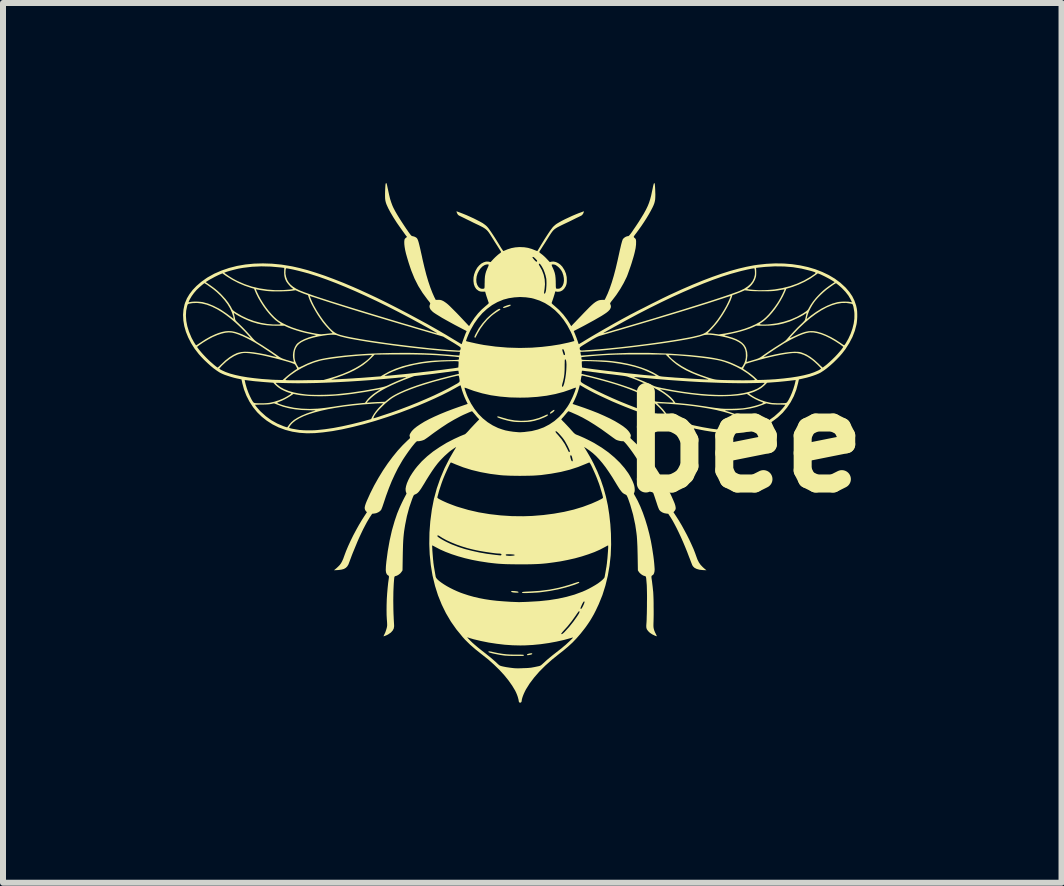
<source format=kicad_pcb>
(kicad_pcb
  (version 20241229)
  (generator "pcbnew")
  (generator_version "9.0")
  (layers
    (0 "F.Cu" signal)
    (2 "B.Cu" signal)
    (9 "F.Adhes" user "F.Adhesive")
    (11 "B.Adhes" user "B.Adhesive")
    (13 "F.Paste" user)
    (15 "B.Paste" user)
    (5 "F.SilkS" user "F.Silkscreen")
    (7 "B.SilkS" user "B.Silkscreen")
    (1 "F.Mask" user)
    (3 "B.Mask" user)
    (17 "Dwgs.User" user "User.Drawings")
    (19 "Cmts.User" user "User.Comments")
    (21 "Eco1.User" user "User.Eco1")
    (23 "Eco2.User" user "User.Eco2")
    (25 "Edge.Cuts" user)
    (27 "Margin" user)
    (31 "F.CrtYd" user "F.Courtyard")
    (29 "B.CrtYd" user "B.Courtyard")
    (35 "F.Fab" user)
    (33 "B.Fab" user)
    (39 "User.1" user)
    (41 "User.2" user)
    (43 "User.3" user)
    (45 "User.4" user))
  (footprint "bee"
    (layer "F.Cu")
    (at 9.345 4.317)
    (property "Reference" "bee" (at 0 0 0) (layer "F.SilkS") (effects (font (size 1.524 1.524) (thickness 0.3))))
    (attr board_only exclude_from_pos_files exclude_from_bom)
    (fp_poly (pts (xy -3.528 3.521) (xy -3.526 3.529) (xy -3.532 3.535) (xy -3.548 3.541) (xy -3.562 3.544) (xy -3.588 3.549) (xy -3.604 3.551) (xy -3.611 3.549) (xy -3.614 3.545) (xy -3.613 3.541) (xy -3.607 3.533) (xy -3.591 3.527) (xy -3.573 3.522) (xy -3.549 3.518) (xy -3.535 3.518)) (stroke (width 0) (type solid)) (fill yes) (layer "F.SilkS"))
    (fp_poly (pts (xy -3.158 -0.537) (xy -3.156 -0.53) (xy -3.161 -0.52) (xy -3.172 -0.507) (xy -3.188 -0.494) (xy -3.204 -0.483) (xy -3.218 -0.475) (xy -3.227 -0.474) (xy -3.227 -0.475) (xy -3.231 -0.483) (xy -3.227 -0.493) (xy -3.212 -0.507) (xy -3.2 -0.516) (xy -3.179 -0.531) (xy -3.165 -0.538)) (stroke (width 0) (type solid)) (fill yes) (layer "F.SilkS"))
    (fp_poly (pts (xy -3.889 -2.289) (xy -3.885 -2.284) (xy -3.885 -2.28) (xy -3.893 -2.272) (xy -3.911 -2.263) (xy -3.941 -2.252) (xy -3.97 -2.243) (xy -3.989 -2.237) (xy -4.001 -2.235) (xy -4.008 -2.236) (xy -4.012 -2.239) (xy -4.012 -2.239) (xy -4.012 -2.246) (xy -4.003 -2.254) (xy -3.983 -2.264) (xy -3.953 -2.275) (xy -3.922 -2.285) (xy -3.901 -2.289)) (stroke (width 0) (type solid)) (fill yes) (layer "F.SilkS"))
    (fp_poly (pts (xy -3.845 2.481) (xy -3.82 2.482) (xy -3.788 2.486) (xy -3.767 2.49) (xy -3.756 2.496) (xy -3.755 2.503) (xy -3.756 2.505) (xy -3.764 2.508) (xy -3.782 2.509) (xy -3.807 2.508) (xy -3.835 2.506) (xy -3.846 2.504) (xy -3.866 2.5) (xy -3.875 2.493) (xy -3.877 2.489) (xy -3.877 2.484) (xy -3.873 2.481) (xy -3.863 2.48)) (stroke (width 0) (type solid)) (fill yes) (layer "F.SilkS"))
    (fp_poly (pts (xy -4.059 -2.218) (xy -4.058 -2.211) (xy -4.067 -2.201) (xy -4.071 -2.198) (xy -4.122 -2.165) (xy -4.165 -2.135) (xy -4.202 -2.106) (xy -4.212 -2.097) (xy -4.274 -2.038) (xy -4.332 -1.97) (xy -4.387 -1.895) (xy -4.433 -1.818) (xy -4.446 -1.793) (xy -4.458 -1.77) (xy -4.468 -1.752) (xy -4.474 -1.74) (xy -4.475 -1.738) (xy -4.481 -1.741) (xy -4.486 -1.744) (xy -4.49 -1.749) (xy -4.489 -1.757) (xy -4.484 -1.771) (xy -4.474 -1.793) (xy -4.468 -1.804) (xy -4.418 -1.894) (xy -4.357 -1.978) (xy -4.286 -2.059) (xy -4.277 -2.068) (xy -4.245 -2.098) (xy -4.211 -2.128) (xy -4.178 -2.155) (xy -4.145 -2.18) (xy -4.117 -2.2) (xy -4.093 -2.214) (xy -4.076 -2.221) (xy -4.072 -2.221)) (stroke (width 0) (type solid)) (fill yes) (layer "F.SilkS"))
    (fp_poly (pts (xy -4.227 3.488) (xy -4.199 3.493) (xy -4.166 3.501) (xy -4.093 3.516) (xy -4.025 3.527) (xy -3.959 3.535) (xy -3.89 3.539) (xy -3.814 3.541) (xy -3.795 3.541) (xy -3.749 3.541) (xy -3.714 3.541) (xy -3.69 3.542) (xy -3.674 3.544) (xy -3.666 3.546) (xy -3.664 3.549) (xy -3.669 3.557) (xy -3.674 3.56) (xy -3.684 3.562) (xy -3.705 3.563) (xy -3.734 3.563) (xy -3.768 3.563) (xy -3.806 3.563) (xy -3.846 3.563) (xy -3.885 3.562) (xy -3.922 3.561) (xy -3.953 3.559) (xy -3.977 3.558) (xy -3.984 3.557) (xy -4.022 3.552) (xy -4.062 3.546) (xy -4.103 3.538) (xy -4.144 3.53) (xy -4.181 3.522) (xy -4.212 3.514) (xy -4.237 3.507) (xy -4.251 3.501) (xy -4.253 3.5) (xy -4.257 3.491) (xy -4.255 3.487) (xy -4.247 3.486)) (stroke (width 0) (type solid)) (fill yes) (layer "F.SilkS"))
    (fp_poly (pts (xy -2.743 2.332) (xy -2.743 2.337) (xy -2.743 2.338) (xy -2.747 2.344) (xy -2.759 2.351) (xy -2.78 2.36) (xy -2.811 2.372) (xy -2.833 2.38) (xy -2.961 2.42) (xy -3.097 2.454) (xy -3.238 2.481) (xy -3.376 2.5) (xy -3.41 2.504) (xy -3.449 2.507) (xy -3.491 2.509) (xy -3.533 2.512) (xy -3.574 2.513) (xy -3.612 2.515) (xy -3.644 2.515) (xy -3.67 2.515) (xy -3.686 2.514) (xy -3.691 2.513) (xy -3.696 2.506) (xy -3.696 2.501) (xy -3.689 2.498) (xy -3.676 2.495) (xy -3.653 2.493) (xy -3.621 2.491) (xy -3.578 2.489) (xy -3.572 2.489) (xy -3.401 2.478) (xy -3.236 2.457) (xy -3.077 2.425) (xy -2.924 2.383) (xy -2.868 2.365) (xy -2.825 2.35) (xy -2.794 2.34) (xy -2.771 2.333) (xy -2.756 2.33) (xy -2.747 2.329)) (stroke (width 0) (type solid)) (fill yes) (layer "F.SilkS"))
    (fp_poly (pts (xy -3.268 -0.459) (xy -3.264 -0.452) (xy -3.268 -0.445) (xy -3.279 -0.436) (xy -3.301 -0.424) (xy -3.328 -0.411) (xy -3.407 -0.379) (xy -3.493 -0.354) (xy -3.554 -0.342) (xy -3.59 -0.338) (xy -3.633 -0.335) (xy -3.683 -0.334) (xy -3.733 -0.334) (xy -3.782 -0.335) (xy -3.825 -0.338) (xy -3.84 -0.34) (xy -3.873 -0.345) (xy -3.909 -0.352) (xy -3.948 -0.361) (xy -3.987 -0.372) (xy -4.023 -0.382) (xy -4.055 -0.393) (xy -4.082 -0.403) (xy -4.101 -0.411) (xy -4.109 -0.418) (xy -4.11 -0.42) (xy -4.108 -0.426) (xy -4.101 -0.429) (xy -4.087 -0.427) (xy -4.064 -0.421) (xy -4.033 -0.411) (xy -3.926 -0.381) (xy -3.819 -0.362) (xy -3.714 -0.355) (xy -3.611 -0.359) (xy -3.511 -0.375) (xy -3.415 -0.402) (xy -3.323 -0.44) (xy -3.318 -0.443) (xy -3.292 -0.455) (xy -3.274 -0.46)) (stroke (width 0) (type solid)) (fill yes) (layer "F.SilkS"))
    (fp_poly (pts (xy -1.49 -4.315) (xy -1.486 -4.306) (xy -1.483 -4.291) (xy -1.481 -4.267) (xy -1.479 -4.234) (xy -1.477 -4.189) (xy -1.477 -4.182) (xy -1.475 -4.127) (xy -1.476 -4.083) (xy -1.478 -4.045) (xy -1.484 -4.012) (xy -1.492 -3.981) (xy -1.504 -3.949) (xy -1.52 -3.914) (xy -1.521 -3.912) (xy -1.549 -3.858) (xy -1.583 -3.797) (xy -1.622 -3.732) (xy -1.665 -3.665) (xy -1.71 -3.598) (xy -1.755 -3.535) (xy -1.791 -3.486) (xy -1.812 -3.459) (xy -1.825 -3.441) (xy -1.833 -3.428) (xy -1.835 -3.42) (xy -1.832 -3.413) (xy -1.825 -3.406) (xy -1.819 -3.401) (xy -1.808 -3.391) (xy -1.802 -3.382) (xy -1.798 -3.368) (xy -1.796 -3.348) (xy -1.796 -3.337) (xy -1.797 -3.29) (xy -1.804 -3.232) (xy -1.819 -3.163) (xy -1.83 -3.119) (xy -1.841 -3.08) (xy -1.855 -3.034) (xy -1.87 -2.984) (xy -1.887 -2.932) (xy -1.905 -2.881) (xy -1.922 -2.833) (xy -1.937 -2.791) (xy -1.95 -2.758) (xy -1.955 -2.747) (xy -2.003 -2.65) (xy -2.06 -2.551) (xy -2.125 -2.453) (xy -2.186 -2.373) (xy -2.206 -2.348) (xy -2.219 -2.33) (xy -2.226 -2.319) (xy -2.229 -2.31) (xy -2.227 -2.303) (xy -2.224 -2.296) (xy -2.215 -2.267) (xy -2.219 -2.237) (xy -2.235 -2.207) (xy -2.262 -2.179) (xy -2.288 -2.158) (xy -2.326 -2.132) (xy -2.373 -2.102) (xy -2.432 -2.068) (xy -2.5 -2.029) (xy -2.577 -1.987) (xy -2.663 -1.94) (xy -2.73 -1.905) (xy -2.835 -1.851) (xy -2.814 -1.801) (xy -2.802 -1.77) (xy -2.788 -1.735) (xy -2.776 -1.7) (xy -2.773 -1.693) (xy -2.765 -1.668) (xy -2.758 -1.648) (xy -2.753 -1.635) (xy -2.752 -1.633) (xy -2.746 -1.635) (xy -2.731 -1.643) (xy -2.709 -1.656) (xy -2.682 -1.672) (xy -2.653 -1.69) (xy -2.566 -1.743) (xy -2.469 -1.8) (xy -2.441 -1.816) (xy -2.34 -1.816) (xy -2.335 -1.817) (xy -2.321 -1.82) (xy -2.311 -1.823) (xy -2.298 -1.826) (xy -2.276 -1.833) (xy -2.244 -1.842) (xy -2.204 -1.854) (xy -2.157 -1.868) (xy -2.105 -1.883) (xy -2.05 -1.899) (xy -2.011 -1.911) (xy -1.827 -1.965) (xy -1.65 -2.017) (xy -1.479 -2.068) (xy -1.316 -2.118) (xy -1.16 -2.165) (xy -1.012 -2.21) (xy -0.872 -2.254) (xy -0.741 -2.295) (xy -0.619 -2.333) (xy -0.507 -2.369) (xy -0.404 -2.403) (xy -0.312 -2.434) (xy -0.23 -2.462) (xy -0.16 -2.487) (xy -0.1 -2.508) (xy -0.066 -2.522) (xy -0.000358 -2.553) (xy 0.057 -2.553) (xy 0.063 -2.549) (xy 0.081 -2.546) (xy 0.112 -2.542) (xy 0.154 -2.538) (xy 0.191 -2.535) (xy 0.239 -2.532) (xy 0.295 -2.532) (xy 0.355 -2.533) (xy 0.416 -2.536) (xy 0.474 -2.541) (xy 0.515 -2.545) (xy 0.644 -2.567) (xy 0.769 -2.599) (xy 0.888 -2.641) (xy 1.002 -2.693) (xy 1.107 -2.753) (xy 1.151 -2.783) (xy 1.173 -2.798) (xy 1.187 -2.809) (xy 1.194 -2.818) (xy 1.192 -2.825) (xy 1.182 -2.832) (xy 1.161 -2.839) (xy 1.13 -2.849) (xy 1.101 -2.857) (xy 0.962 -2.891) (xy 0.818 -2.915) (xy 0.67 -2.927) (xy 0.515 -2.929) (xy 0.355 -2.92) (xy 0.26 -2.91) (xy 0.203 -2.903) (xy 0.206 -2.847) (xy 0.206 -2.814) (xy 0.205 -2.781) (xy 0.201 -2.756) (xy 0.201 -2.755) (xy 0.186 -2.71) (xy 0.162 -2.664) (xy 0.132 -2.622) (xy 0.097 -2.586) (xy 0.079 -2.572) (xy 0.065 -2.562) (xy 0.057 -2.554) (xy 0.057 -2.553) (xy -0.000358 -2.553) (xy 0.002 -2.554) (xy 0.06 -2.592) (xy 0.108 -2.634) (xy 0.144 -2.681) (xy 0.169 -2.733) (xy 0.182 -2.784) (xy 0.184 -2.806) (xy 0.184 -2.832) (xy 0.183 -2.857) (xy 0.18 -2.878) (xy 0.177 -2.893) (xy 0.175 -2.895) (xy 0.167 -2.896) (xy 0.15 -2.893) (xy 0.123 -2.889) (xy 0.09 -2.882) (xy 0.051 -2.874) (xy 0.009 -2.864) (xy -0.034 -2.854) (xy -0.077 -2.843) (xy -0.088 -2.84) (xy -0.221 -2.803) (xy -0.363 -2.758) (xy -0.513 -2.705) (xy -0.672 -2.644) (xy -0.837 -2.576) (xy -1.011 -2.501) (xy -1.19 -2.42) (xy -1.376 -2.331) (xy -1.568 -2.236) (xy -1.764 -2.135) (xy -1.966 -2.027) (xy -2.171 -1.914) (xy -2.311 -1.836) (xy -2.327 -1.826) (xy -2.338 -1.819) (xy -2.34 -1.816) (xy -2.441 -1.816) (xy -2.366 -1.86) (xy -2.257 -1.922) (xy -2.146 -1.985) (xy -2.034 -2.047) (xy -1.923 -2.107) (xy -1.898 -2.121) (xy -1.865 -2.138) (xy -1.822 -2.16) (xy -1.773 -2.186) (xy -1.717 -2.214) (xy -1.657 -2.244) (xy -1.595 -2.276) (xy -1.532 -2.308) (xy -1.469 -2.339) (xy -1.409 -2.369) (xy -1.353 -2.397) (xy -1.303 -2.421) (xy -1.26 -2.442) (xy -1.226 -2.458) (xy -1.217 -2.462) (xy -1.031 -2.547) (xy -0.853 -2.624) (xy -0.684 -2.693) (xy -0.523 -2.754) (xy -0.371 -2.807) (xy -0.226 -2.853) (xy -0.088 -2.891) (xy 0.044 -2.922) (xy 0.168 -2.946) (xy 0.231 -2.955) (xy 0.378 -2.971) (xy 0.524 -2.978) (xy 0.666 -2.976) (xy 0.804 -2.965) (xy 0.938 -2.945) (xy 1.067 -2.917) (xy 1.189 -2.881) (xy 1.305 -2.836) (xy 1.414 -2.784) (xy 1.515 -2.724) (xy 1.607 -2.656) (xy 1.689 -2.581) (xy 1.698 -2.572) (xy 1.758 -2.502) (xy 1.806 -2.431) (xy 1.843 -2.356) (xy 1.87 -2.278) (xy 1.882 -2.223) (xy 1.887 -2.184) (xy 1.889 -2.136) (xy 1.889 -2.085) (xy 1.886 -2.033) (xy 1.881 -1.986) (xy 1.876 -1.959) (xy 1.849 -1.855) (xy 1.809 -1.751) (xy 1.756 -1.65) (xy 1.692 -1.549) (xy 1.64 -1.481) (xy 1.596 -1.43) (xy 1.546 -1.378) (xy 1.493 -1.326) (xy 1.437 -1.276) (xy 1.382 -1.23) (xy 1.329 -1.191) (xy 1.281 -1.16) (xy 1.276 -1.157) (xy 1.243 -1.141) (xy 1.202 -1.124) (xy 1.153 -1.106) (xy 1.1 -1.089) (xy 1.047 -1.074) (xy 0.995 -1.062) (xy 0.988 -1.06) (xy 0.961 -1.054) (xy 0.938 -1.049) (xy 0.923 -1.046) (xy 0.918 -1.045) (xy 0.916 -1.039) (xy 0.912 -1.023) (xy 0.907 -1.001) (xy 0.903 -0.982) (xy 0.873 -0.871) (xy 0.832 -0.765) (xy 0.78 -0.666) (xy 0.718 -0.574) (xy 0.647 -0.489) (xy 0.566 -0.413) (xy 0.476 -0.345) (xy 0.378 -0.285) (xy 0.348 -0.27) (xy 0.262 -0.231) (xy 0.176 -0.2) (xy 0.089 -0.177) (xy -0.004 -0.16) (xy -0.102 -0.15) (xy -0.193 -0.146) (xy -0.295 -0.149) (xy -0.405 -0.157) (xy -0.524 -0.172) (xy -0.65 -0.192) (xy -0.784 -0.218) (xy -0.924 -0.249) (xy -1.069 -0.285) (xy -1.218 -0.327) (xy -1.372 -0.373) (xy -1.529 -0.423) (xy -1.688 -0.479) (xy -1.848 -0.538) (xy -1.986 -0.592) (xy -2.091 -0.635) (xy -2.197 -0.68) (xy -2.299 -0.727) (xy -2.398 -0.773) (xy -2.491 -0.818) (xy -2.575 -0.862) (xy -2.65 -0.903) (xy -2.658 -0.908) (xy -2.733 -0.952) (xy -2.748 -0.898) (xy -2.767 -0.836) (xy -2.791 -0.771) (xy -2.819 -0.707) (xy -2.83 -0.684) (xy -2.854 -0.636) (xy -2.781 -0.612) (xy -2.658 -0.57) (xy -2.541 -0.527) (xy -2.431 -0.484) (xy -2.329 -0.439) (xy -2.235 -0.395) (xy -2.151 -0.351) (xy -2.077 -0.307) (xy -2.013 -0.265) (xy -1.961 -0.224) (xy -1.954 -0.217) (xy -1.931 -0.194) (xy -1.911 -0.169) (xy -1.898 -0.148) (xy -1.888 -0.128) (xy -1.884 -0.115) (xy -1.884 -0.102) (xy -1.887 -0.091) (xy -1.891 -0.078) (xy -1.89 -0.069) (xy -1.885 -0.06) (xy -1.872 -0.048) (xy -1.862 -0.038) (xy -1.777 0.043) (xy -1.694 0.131) (xy -1.614 0.227) (xy -1.535 0.333) (xy -1.465 0.436) (xy -1.393 0.55) (xy -1.325 0.668) (xy -1.261 0.786) (xy -1.205 0.902) (xy -1.174 0.973) (xy -1.155 1.018) (xy -1.143 1.055) (xy -1.137 1.085) (xy -1.136 1.108) (xy -1.142 1.128) (xy -1.153 1.145) (xy -1.158 1.151) (xy -1.173 1.168) (xy -1.127 1.238) (xy -1.083 1.307) (xy -1.038 1.383) (xy -0.994 1.463) (xy -0.95 1.545) (xy -0.909 1.627) (xy -0.872 1.707) (xy -0.838 1.783) (xy -0.811 1.853) (xy -0.794 1.901) (xy -0.773 1.958) (xy -0.749 2.005) (xy -0.721 2.045) (xy -0.686 2.082) (xy -0.663 2.103) (xy -0.624 2.135) (xy -0.684 2.132) (xy -0.74 2.126) (xy -0.786 2.113) (xy -0.822 2.095) (xy -0.848 2.07) (xy -0.86 2.05) (xy -0.866 2.035) (xy -0.875 2.012) (xy -0.887 1.981) (xy -0.9 1.946) (xy -0.914 1.911) (xy -0.945 1.829) (xy -0.979 1.745) (xy -1.014 1.662) (xy -1.05 1.581) (xy -1.086 1.504) (xy -1.121 1.432) (xy -1.155 1.367) (xy -1.186 1.31) (xy -1.214 1.264) (xy -1.217 1.259) (xy -1.26 1.194) (xy -1.295 1.19) (xy -1.33 1.183) (xy -1.363 1.169) (xy -1.391 1.15) (xy -1.409 1.13) (xy -1.416 1.116) (xy -1.426 1.093) (xy -1.437 1.063) (xy -1.448 1.03) (xy -1.452 1.017) (xy -1.495 0.888) (xy -1.538 0.77) (xy -1.582 0.662) (xy -1.627 0.56) (xy -1.675 0.464) (xy -1.725 0.372) (xy -1.748 0.333) (xy -1.775 0.289) (xy -1.804 0.245) (xy -1.834 0.2) (xy -1.864 0.157) (xy -1.894 0.116) (xy -1.923 0.078) (xy -1.949 0.045) (xy -1.972 0.018) (xy -1.991 -0.002) (xy -2.005 -0.014) (xy -2.013 -0.016) (xy -2.027 -0.015) (xy -2.049 -0.017) (xy -2.075 -0.022) (xy -2.101 -0.029) (xy -2.123 -0.037) (xy -2.131 -0.041) (xy -2.144 -0.049) (xy -2.165 -0.064) (xy -2.192 -0.083) (xy -2.223 -0.106) (xy -2.256 -0.13) (xy -2.26 -0.133) (xy -2.375 -0.216) (xy -2.485 -0.289) (xy -2.59 -0.354) (xy -2.692 -0.411) (xy -2.727 -0.428) (xy -2.752 -0.441) (xy -2.782 -0.455) (xy -2.814 -0.469) (xy -2.846 -0.483) (xy -2.875 -0.496) (xy -2.899 -0.506) (xy -2.916 -0.512) (xy -2.924 -0.515) (xy -2.93 -0.51) (xy -2.941 -0.498) (xy -2.957 -0.48) (xy -2.963 -0.472) (xy -2.983 -0.449) (xy -3.002 -0.426) (xy -3.018 -0.408) (xy -3.021 -0.405) (xy -3.033 -0.392) (xy -3.041 -0.382) (xy -3.043 -0.379) (xy -3.039 -0.374) (xy -3.028 -0.362) (xy -3.011 -0.344) (xy -2.99 -0.324) (xy -2.989 -0.322) (xy -2.963 -0.295) (xy -2.933 -0.263) (xy -2.902 -0.23) (xy -2.877 -0.201) (xy -2.853 -0.175) (xy -2.836 -0.156) (xy -2.821 -0.143) (xy -2.808 -0.133) (xy -2.792 -0.125) (xy -2.772 -0.117) (xy -2.763 -0.114) (xy -2.716 -0.094) (xy -2.662 -0.07) (xy -2.604 -0.042) (xy -2.547 -0.013) (xy -2.494 0.015) (xy -2.486 0.02) (xy -2.367 0.093) (xy -2.257 0.171) (xy -2.157 0.255) (xy -2.067 0.342) (xy -1.988 0.433) (xy -1.926 0.518) (xy -1.901 0.559) (xy -1.877 0.604) (xy -1.855 0.649) (xy -1.838 0.691) (xy -1.829 0.718) (xy -1.822 0.751) (xy -1.819 0.783) (xy -1.819 0.813) (xy -1.824 0.836) (xy -1.828 0.843) (xy -1.832 0.851) (xy -1.832 0.86) (xy -1.828 0.871) (xy -1.818 0.89) (xy -1.815 0.894) (xy -1.769 0.978) (xy -1.725 1.073) (xy -1.683 1.177) (xy -1.644 1.289) (xy -1.608 1.407) (xy -1.576 1.529) (xy -1.55 1.645) (xy -1.539 1.705) (xy -1.528 1.768) (xy -1.518 1.834) (xy -1.508 1.899) (xy -1.5 1.962) (xy -1.494 2.02) (xy -1.49 2.071) (xy -1.487 2.113) (xy -1.487 2.128) (xy -1.49 2.16) (xy -1.498 2.188) (xy -1.509 2.208) (xy -1.518 2.215) (xy -1.528 2.221) (xy -1.535 2.227) (xy -1.539 2.234) (xy -1.54 2.246) (xy -1.539 2.265) (xy -1.535 2.292) (xy -1.531 2.319) (xy -1.526 2.362) (xy -1.52 2.41) (xy -1.515 2.459) (xy -1.511 2.494) (xy -1.509 2.528) (xy -1.507 2.573) (xy -1.505 2.625) (xy -1.504 2.684) (xy -1.504 2.746) (xy -1.503 2.809) (xy -1.503 2.872) (xy -1.504 2.931) (xy -1.505 2.985) (xy -1.506 3.009) (xy -1.507 3.05) (xy -1.506 3.083) (xy -1.501 3.112) (xy -1.493 3.139) (xy -1.48 3.171) (xy -1.467 3.196) (xy -1.458 3.215) (xy -1.452 3.229) (xy -1.449 3.235) (xy -1.455 3.234) (xy -1.468 3.23) (xy -1.482 3.225) (xy -1.527 3.203) (xy -1.565 3.178) (xy -1.595 3.149) (xy -1.616 3.12) (xy -1.624 3.097) (xy -1.626 3.078) (xy -1.626 3.052) (xy -1.624 3.024) (xy -1.622 2.997) (xy -1.62 2.958) (xy -1.619 2.911) (xy -1.617 2.857) (xy -1.616 2.798) (xy -1.615 2.736) (xy -1.615 2.673) (xy -1.614 2.611) (xy -1.614 2.551) (xy -1.615 2.497) (xy -1.616 2.449) (xy -1.617 2.409) (xy -1.618 2.381) (xy -1.622 2.335) (xy -1.625 2.3) (xy -1.627 2.274) (xy -1.63 2.256) (xy -1.633 2.244) (xy -1.638 2.237) (xy -1.643 2.234) (xy -1.65 2.232) (xy -1.653 2.231) (xy -1.68 2.222) (xy -1.708 2.204) (xy -1.734 2.182) (xy -1.749 2.164) (xy -1.766 2.137) (xy -1.77 1.895) (xy -1.772 1.813) (xy -1.774 1.74) (xy -1.777 1.676) (xy -1.78 1.619) (xy -1.784 1.565) (xy -1.79 1.514) (xy -1.797 1.464) (xy -1.805 1.411) (xy -1.81 1.378) (xy -1.846 1.209) (xy -1.893 1.045) (xy -1.93 0.938) (xy -1.941 0.912) (xy -1.949 0.895) (xy -1.956 0.884) (xy -1.965 0.877) (xy -1.978 0.871) (xy -1.98 0.87) (xy -1.997 0.861) (xy -2.014 0.85) (xy -2.031 0.834) (xy -2.048 0.813) (xy -2.069 0.785) (xy -2.092 0.749) (xy -2.12 0.704) (xy -2.13 0.687) (xy -2.191 0.587) (xy -2.249 0.498) (xy -2.304 0.419) (xy -2.358 0.349) (xy -2.411 0.287) (xy -2.463 0.232) (xy -2.517 0.183) (xy -2.572 0.14) (xy -2.624 0.104) (xy -2.663 0.08) (xy -2.65 0.101) (xy -2.618 0.153) (xy -2.592 0.197) (xy -2.57 0.235) (xy -2.551 0.269) (xy -2.533 0.301) (xy -2.516 0.335) (xy -2.507 0.351) (xy -2.442 0.488) (xy -2.386 0.624) (xy -2.339 0.763) (xy -2.299 0.906) (xy -2.267 1.053) (xy -2.243 1.207) (xy -2.225 1.37) (xy -2.215 1.526) (xy -2.212 1.706) (xy -2.219 1.884) (xy -2.238 2.057) (xy -2.267 2.226) (xy -2.307 2.39) (xy -2.357 2.549) (xy -2.418 2.7) (xy -2.466 2.802) (xy -2.499 2.867) (xy -2.531 2.923) (xy -2.562 2.975) (xy -2.596 3.026) (xy -2.633 3.079) (xy -2.658 3.112) (xy -2.723 3.194) (xy -2.788 3.269) (xy -2.856 3.34) (xy -2.93 3.408) (xy -3.012 3.477) (xy -3.075 3.526) (xy -3.198 3.625) (xy -3.309 3.724) (xy -3.408 3.823) (xy -3.494 3.922) (xy -3.569 4.021) (xy -3.631 4.12) (xy -3.636 4.129) (xy -3.652 4.161) (xy -3.668 4.196) (xy -3.682 4.231) (xy -3.693 4.264) (xy -3.7 4.292) (xy -3.702 4.309) (xy -3.706 4.329) (xy -3.718 4.34) (xy -3.727 4.342) (xy -3.74 4.338) (xy -3.745 4.335) (xy -3.75 4.323) (xy -3.752 4.309) (xy -3.755 4.291) (xy -3.762 4.265) (xy -3.771 4.234) (xy -3.783 4.202) (xy -3.796 4.171) (xy -3.809 4.145) (xy -3.809 4.144) (xy -3.86 4.059) (xy -3.922 3.971) (xy -3.994 3.882) (xy -4.075 3.794) (xy -4.164 3.707) (xy -4.259 3.622) (xy -4.36 3.542) (xy -4.368 3.536) (xy -4.471 3.454) (xy -4.564 3.373) (xy -4.646 3.292) (xy -4.683 3.251) (xy -4.612 3.251) (xy -4.59 3.276) (xy -4.56 3.307) (xy -4.524 3.342) (xy -4.481 3.38) (xy -4.43 3.423) (xy -4.37 3.471) (xy -4.311 3.517) (xy -4.221 3.589) (xy -4.142 3.657) (xy -4.107 3.69) (xy -4.088 3.707) (xy -4.073 3.719) (xy -4.057 3.727) (xy -4.037 3.733) (xy -4.012 3.739) (xy -3.987 3.744) (xy -3.962 3.749) (xy -3.935 3.753) (xy -3.902 3.758) (xy -3.862 3.763) (xy -3.828 3.767) (xy -3.809 3.768) (xy -3.781 3.769) (xy -3.746 3.769) (xy -3.707 3.768) (xy -3.667 3.766) (xy -3.627 3.765) (xy -3.592 3.763) (xy -3.563 3.76) (xy -3.548 3.759) (xy -3.521 3.754) (xy -3.488 3.748) (xy -3.455 3.741) (xy -3.445 3.739) (xy -3.417 3.733) (xy -3.397 3.727) (xy -3.382 3.719) (xy -3.368 3.708) (xy -3.35 3.692) (xy -3.348 3.69) (xy -3.28 3.628) (xy -3.202 3.563) (xy -3.128 3.505) (xy -3.079 3.467) (xy -3.038 3.435) (xy -3.003 3.405) (xy -2.97 3.378) (xy -2.939 3.349) (xy -2.911 3.323) (xy -2.883 3.296) (xy -2.864 3.277) (xy -2.853 3.265) (xy -2.849 3.258) (xy -2.852 3.256) (xy -2.862 3.258) (xy -2.878 3.263) (xy -2.881 3.264) (xy -2.997 3.296) (xy -3.122 3.324) (xy -3.252 3.348) (xy -3.386 3.367) (xy -3.519 3.38) (xy -3.649 3.387) (xy -3.727 3.388) (xy -3.854 3.385) (xy -3.985 3.376) (xy -4.119 3.36) (xy -4.251 3.34) (xy -4.38 3.314) (xy -4.502 3.285) (xy -4.573 3.264) (xy -4.612 3.251) (xy -4.683 3.251) (xy -4.685 3.249) (xy -4.731 3.192) (xy -3.043 3.192) (xy -3.04 3.2) (xy -3.029 3.198) (xy -3.012 3.186) (xy -2.989 3.165) (xy -2.983 3.158) (xy -2.91 3.078) (xy -2.84 2.99) (xy -2.788 2.917) (xy -2.764 2.881) (xy -2.748 2.854) (xy -2.74 2.835) (xy -2.738 2.823) (xy -2.744 2.818) (xy -2.748 2.817) (xy -2.753 2.822) (xy -2.764 2.836) (xy -2.779 2.856) (xy -2.796 2.881) (xy -2.802 2.89) (xy -2.866 2.98) (xy -2.937 3.069) (xy -2.996 3.134) (xy -3.015 3.155) (xy -3.03 3.173) (xy -3.04 3.187) (xy -3.043 3.192) (xy -4.731 3.192) (xy -4.789 3.122) (xy -4.882 2.99) (xy -4.964 2.851) (xy -5.003 2.772) (xy -2.722 2.772) (xy -2.72 2.778) (xy -2.714 2.78) (xy -2.706 2.774) (xy -2.695 2.758) (xy -2.682 2.734) (xy -2.679 2.728) (xy -2.665 2.697) (xy -2.657 2.675) (xy -2.655 2.661) (xy -2.659 2.655) (xy -2.664 2.654) (xy -2.671 2.66) (xy -2.682 2.676) (xy -2.695 2.7) (xy -2.698 2.707) (xy -2.712 2.738) (xy -2.72 2.759) (xy -2.722 2.772) (xy -5.003 2.772) (xy -5.035 2.706) (xy -5.096 2.555) (xy -5.146 2.397) (xy -5.186 2.232) (xy -5.189 2.218) (xy -5.217 2.048) (xy -5.235 1.871) (xy -5.241 1.728) (xy -5.194 1.728) (xy -5.194 1.746) (xy -5.192 1.772) (xy -5.191 1.804) (xy -5.188 1.841) (xy -5.185 1.879) (xy -5.182 1.918) (xy -5.179 1.955) (xy -5.175 1.988) (xy -5.174 2.005) (xy -5.17 2.034) (xy -5.166 2.063) (xy -5.161 2.093) (xy -5.155 2.128) (xy -5.148 2.17) (xy -5.139 2.22) (xy -5.135 2.245) (xy -5.126 2.264) (xy -5.107 2.287) (xy -5.078 2.313) (xy -5.041 2.341) (xy -4.998 2.37) (xy -4.949 2.4) (xy -4.896 2.429) (xy -4.84 2.457) (xy -4.781 2.484) (xy -4.723 2.508) (xy -4.678 2.524) (xy -4.59 2.553) (xy -4.501 2.578) (xy -4.411 2.599) (xy -4.318 2.617) (xy -4.22 2.632) (xy -4.116 2.644) (xy -4.004 2.653) (xy -3.883 2.661) (xy -3.752 2.666) (xy -3.738 2.666) (xy -3.713 2.665) (xy -3.68 2.664) (xy -3.642 2.663) (xy -3.599 2.661) (xy -3.579 2.66) (xy -3.408 2.65) (xy -3.247 2.633) (xy -3.096 2.609) (xy -2.955 2.578) (xy -2.823 2.541) (xy -2.701 2.496) (xy -2.692 2.493) (xy -2.635 2.468) (xy -2.58 2.441) (xy -2.527 2.412) (xy -2.477 2.383) (xy -2.431 2.354) (xy -2.392 2.325) (xy -2.36 2.298) (xy -2.336 2.274) (xy -2.322 2.254) (xy -2.32 2.245) (xy -2.31 2.19) (xy -2.302 2.145) (xy -2.296 2.108) (xy -2.29 2.076) (xy -2.286 2.046) (xy -2.282 2.018) (xy -2.281 2.005) (xy -2.278 1.976) (xy -2.274 1.942) (xy -2.271 1.904) (xy -2.268 1.865) (xy -2.265 1.827) (xy -2.263 1.792) (xy -2.261 1.762) (xy -2.261 1.738) (xy -2.261 1.724) (xy -2.261 1.721) (xy -2.267 1.723) (xy -2.282 1.73) (xy -2.302 1.741) (xy -2.319 1.75) (xy -2.399 1.792) (xy -2.49 1.832) (xy -2.591 1.869) (xy -2.699 1.904) (xy -2.814 1.936) (xy -2.934 1.963) (xy -3.056 1.987) (xy -3.17 2.004) (xy -3.23 2.012) (xy -3.284 2.019) (xy -3.334 2.024) (xy -3.383 2.028) (xy -3.433 2.031) (xy -3.485 2.033) (xy -3.542 2.035) (xy -3.607 2.036) (xy -3.68 2.036) (xy -3.724 2.036) (xy -3.805 2.036) (xy -3.875 2.035) (xy -3.937 2.034) (xy -3.993 2.032) (xy -4.045 2.029) (xy -4.095 2.026) (xy -4.146 2.021) (xy -4.2 2.015) (xy -4.258 2.008) (xy -4.284 2.004) (xy -4.408 1.985) (xy -4.529 1.962) (xy -4.648 1.934) (xy -4.762 1.902) (xy -4.87 1.867) (xy -4.97 1.829) (xy -5.061 1.789) (xy -5.141 1.747) (xy -5.141 1.747) (xy -5.163 1.735) (xy -5.181 1.726) (xy -5.191 1.721) (xy -5.193 1.721) (xy -5.194 1.728) (xy -5.241 1.728) (xy -5.242 1.691) (xy -5.24 1.565) (xy -5.108 1.565) (xy -5.102 1.574) (xy -5.087 1.587) (xy -5.063 1.603) (xy -5.032 1.622) (xy -4.996 1.642) (xy -4.956 1.663) (xy -4.914 1.683) (xy -4.871 1.703) (xy -4.855 1.709) (xy -4.756 1.747) (xy -4.647 1.782) (xy -4.529 1.812) (xy -4.407 1.839) (xy -4.281 1.861) (xy -4.155 1.877) (xy -4.141 1.879) (xy -4.11 1.882) (xy -4.083 1.885) (xy -4.064 1.887) (xy -4.054 1.888) (xy -4.053 1.888) (xy -4.046 1.885) (xy -4.042 1.881) (xy -4.041 1.878) (xy -3.969 1.878) (xy -3.965 1.886) (xy -3.965 1.887) (xy -3.955 1.891) (xy -3.938 1.893) (xy -3.914 1.895) (xy -3.888 1.895) (xy -3.863 1.893) (xy -3.84 1.891) (xy -3.825 1.887) (xy -3.818 1.883) (xy -3.818 1.882) (xy -3.82 1.878) (xy -3.829 1.875) (xy -3.845 1.872) (xy -3.871 1.87) (xy -3.887 1.869) (xy -3.924 1.868) (xy -3.949 1.869) (xy -3.964 1.872) (xy -3.969 1.878) (xy -4.041 1.878) (xy -4.038 1.872) (xy -4.045 1.863) (xy -4.06 1.858) (xy -4.072 1.857) (xy -4.099 1.856) (xy -4.137 1.853) (xy -4.182 1.847) (xy -4.233 1.84) (xy -4.288 1.832) (xy -4.344 1.823) (xy -4.4 1.813) (xy -4.453 1.803) (xy -4.501 1.792) (xy -4.508 1.791) (xy -4.604 1.767) (xy -4.699 1.738) (xy -4.79 1.706) (xy -4.875 1.671) (xy -4.954 1.635) (xy -5.023 1.597) (xy -5.059 1.574) (xy -5.082 1.559) (xy -5.098 1.554) (xy -5.106 1.557) (xy -5.108 1.565) (xy -5.24 1.565) (xy -5.239 1.506) (xy -5.225 1.319) (xy -5.2 1.13) (xy -5.198 1.117) (xy -5.164 0.943) (xy -5.158 0.923) (xy -5.108 0.923) (xy -5.102 0.932) (xy -5.086 0.944) (xy -5.06 0.958) (xy -5.027 0.975) (xy -4.988 0.993) (xy -4.943 1.013) (xy -4.895 1.032) (xy -4.845 1.051) (xy -4.794 1.07) (xy -4.759 1.081) (xy -4.592 1.13) (xy -4.418 1.17) (xy -4.237 1.2) (xy -4.052 1.221) (xy -3.865 1.233) (xy -3.675 1.235) (xy -3.526 1.23) (xy -3.342 1.215) (xy -3.165 1.192) (xy -2.996 1.162) (xy -2.834 1.124) (xy -2.682 1.078) (xy -2.538 1.024) (xy -2.436 0.979) (xy -2.4 0.961) (xy -2.375 0.948) (xy -2.358 0.938) (xy -2.35 0.93) (xy -2.347 0.924) (xy -2.347 0.924) (xy -2.349 0.913) (xy -2.354 0.892) (xy -2.361 0.863) (xy -2.371 0.83) (xy -2.382 0.794) (xy -2.393 0.757) (xy -2.404 0.722) (xy -2.414 0.692) (xy -2.416 0.687) (xy -2.431 0.648) (xy -2.447 0.605) (xy -2.465 0.561) (xy -2.484 0.517) (xy -2.503 0.475) (xy -2.521 0.435) (xy -2.537 0.401) (xy -2.552 0.372) (xy -2.564 0.352) (xy -2.572 0.341) (xy -2.574 0.339) (xy -2.582 0.341) (xy -2.599 0.348) (xy -2.621 0.357) (xy -2.635 0.363) (xy -2.764 0.415) (xy -2.903 0.46) (xy -3.052 0.497) (xy -3.212 0.526) (xy -3.381 0.549) (xy -3.396 0.55) (xy -3.448 0.554) (xy -3.51 0.558) (xy -3.58 0.56) (xy -3.655 0.561) (xy -3.732 0.562) (xy -3.809 0.561) (xy -3.883 0.56) (xy -3.952 0.557) (xy -4.013 0.554) (xy -4.06 0.55) (xy -4.227 0.529) (xy -4.386 0.5) (xy -4.536 0.464) (xy -4.677 0.42) (xy -4.803 0.371) (xy -4.831 0.359) (xy -4.855 0.349) (xy -4.872 0.342) (xy -4.881 0.339) (xy -4.882 0.339) (xy -4.887 0.344) (xy -4.897 0.36) (xy -4.909 0.384) (xy -4.924 0.415) (xy -4.941 0.452) (xy -4.959 0.492) (xy -4.978 0.534) (xy -4.996 0.577) (xy -5.013 0.619) (xy -5.028 0.659) (xy -5.038 0.687) (xy -5.048 0.717) (xy -5.059 0.751) (xy -5.071 0.787) (xy -5.082 0.823) (xy -5.091 0.857) (xy -5.099 0.886) (xy -5.105 0.909) (xy -5.108 0.922) (xy -5.108 0.923) (xy -5.158 0.923) (xy -5.117 0.771) (xy -5.058 0.602) (xy -4.988 0.436) (xy -4.906 0.274) (xy -4.882 0.232) (xy -2.894 0.232) (xy -2.892 0.246) (xy -2.888 0.265) (xy -2.879 0.295) (xy -2.87 0.314) (xy -2.861 0.321) (xy -2.853 0.315) (xy -2.852 0.314) (xy -2.852 0.305) (xy -2.854 0.288) (xy -2.859 0.268) (xy -2.864 0.247) (xy -2.87 0.231) (xy -2.874 0.223) (xy -2.884 0.22) (xy -2.888 0.221) (xy -2.893 0.225) (xy -2.894 0.232) (xy -4.882 0.232) (xy -4.853 0.182) (xy -4.835 0.151) (xy -4.819 0.125) (xy -4.806 0.103) (xy -4.798 0.089) (xy -4.795 0.085) (xy -4.796 0.083) (xy -4.804 0.087) (xy -4.82 0.097) (xy -4.845 0.114) (xy -4.878 0.137) (xy -4.91 0.162) (xy -4.946 0.194) (xy -4.986 0.23) (xy -5.026 0.27) (xy -5.064 0.31) (xy -5.097 0.348) (xy -5.11 0.364) (xy -5.151 0.418) (xy -5.195 0.481) (xy -5.242 0.553) (xy -5.294 0.636) (xy -5.324 0.687) (xy -5.354 0.735) (xy -5.378 0.774) (xy -5.4 0.805) (xy -5.418 0.828) (xy -5.435 0.845) (xy -5.451 0.858) (xy -5.469 0.867) (xy -5.475 0.87) (xy -5.487 0.875) (xy -5.496 0.881) (xy -5.503 0.89) (xy -5.51 0.905) (xy -5.519 0.927) (xy -5.527 0.947) (xy -5.576 1.089) (xy -5.615 1.234) (xy -5.644 1.378) (xy -5.653 1.433) (xy -5.661 1.484) (xy -5.667 1.535) (xy -5.672 1.586) (xy -5.676 1.641) (xy -5.679 1.701) (xy -5.681 1.768) (xy -5.683 1.844) (xy -5.684 1.895) (xy -5.688 2.137) (xy -5.706 2.164) (xy -5.726 2.188) (xy -5.753 2.209) (xy -5.781 2.225) (xy -5.802 2.231) (xy -5.814 2.235) (xy -5.821 2.242) (xy -5.825 2.256) (xy -5.826 2.264) (xy -5.83 2.307) (xy -5.834 2.361) (xy -5.837 2.423) (xy -5.84 2.492) (xy -5.841 2.565) (xy -5.842 2.64) (xy -5.841 2.716) (xy -5.84 2.789) (xy -5.838 2.859) (xy -5.835 2.923) (xy -5.835 2.93) (xy -5.833 2.968) (xy -5.831 3.004) (xy -5.829 3.035) (xy -5.828 3.058) (xy -5.828 3.069) (xy -5.834 3.106) (xy -5.852 3.14) (xy -5.882 3.173) (xy -5.924 3.202) (xy -5.925 3.203) (xy -5.942 3.212) (xy -5.961 3.221) (xy -5.98 3.228) (xy -5.996 3.234) (xy -6.004 3.236) (xy -6.005 3.235) (xy -6.002 3.229) (xy -5.996 3.214) (xy -5.986 3.195) (xy -5.986 3.194) (xy -5.974 3.168) (xy -5.963 3.136) (xy -5.954 3.107) (xy -5.949 3.088) (xy -5.946 3.072) (xy -5.944 3.056) (xy -5.944 3.036) (xy -5.945 3.011) (xy -5.947 2.978) (xy -5.949 2.957) (xy -5.953 2.883) (xy -5.954 2.799) (xy -5.953 2.71) (xy -5.95 2.616) (xy -5.944 2.523) (xy -5.936 2.431) (xy -5.927 2.345) (xy -5.92 2.295) (xy -5.916 2.266) (xy -5.914 2.247) (xy -5.915 2.235) (xy -5.919 2.227) (xy -5.927 2.221) (xy -5.937 2.215) (xy -5.95 2.201) (xy -5.961 2.177) (xy -5.966 2.146) (xy -5.967 2.126) (xy -5.966 2.105) (xy -5.965 2.075) (xy -5.962 2.039) (xy -5.958 2.003) (xy -5.958 1.998) (xy -5.934 1.817) (xy -5.903 1.642) (xy -5.865 1.473) (xy -5.819 1.313) (xy -5.778 1.192) (xy -5.762 1.153) (xy -5.743 1.107) (xy -5.721 1.058) (xy -5.698 1.009) (xy -5.675 0.962) (xy -5.654 0.921) (xy -5.637 0.889) (xy -5.636 0.887) (xy -5.625 0.866) (xy -5.621 0.853) (xy -5.623 0.849) (xy -5.628 0.839) (xy -5.633 0.822) (xy -5.635 0.814) (xy -5.637 0.777) (xy -5.629 0.733) (xy -5.614 0.684) (xy -5.59 0.629) (xy -5.56 0.571) (xy -5.522 0.511) (xy -5.479 0.45) (xy -5.443 0.405) (xy -5.366 0.319) (xy -5.278 0.237) (xy -5.179 0.157) (xy -5.07 0.083) (xy -4.954 0.012) (xy -4.83 -0.052) (xy -4.76 -0.084) (xy -4.728 -0.099) (xy -4.698 -0.111) (xy -4.674 -0.121) (xy -4.657 -0.128) (xy -4.652 -0.129) (xy -4.642 -0.135) (xy -4.626 -0.15) (xy -4.606 -0.17) (xy -4.583 -0.195) (xy -4.577 -0.202) (xy -4.55 -0.232) (xy -4.519 -0.265) (xy -4.489 -0.297) (xy -4.464 -0.323) (xy -4.444 -0.344) (xy -4.427 -0.361) (xy -4.415 -0.373) (xy -4.411 -0.379) (xy -4.411 -0.379) (xy -4.415 -0.384) (xy -4.425 -0.396) (xy -4.434 -0.405) (xy -4.449 -0.422) (xy -4.468 -0.445) (xy -4.487 -0.468) (xy -4.491 -0.472) (xy -4.507 -0.491) (xy -4.52 -0.506) (xy -4.529 -0.514) (xy -4.531 -0.515) (xy -4.539 -0.512) (xy -4.557 -0.505) (xy -4.582 -0.495) (xy -4.611 -0.482) (xy -4.643 -0.468) (xy -4.675 -0.454) (xy -4.704 -0.44) (xy -4.728 -0.428) (xy -4.829 -0.374) (xy -4.933 -0.313) (xy -5.041 -0.242) (xy -5.154 -0.163) (xy -5.195 -0.133) (xy -5.228 -0.108) (xy -5.259 -0.085) (xy -5.286 -0.066) (xy -5.308 -0.051) (xy -5.322 -0.042) (xy -5.323 -0.041) (xy -5.342 -0.033) (xy -5.366 -0.025) (xy -5.393 -0.019) (xy -5.417 -0.015) (xy -5.436 -0.015) (xy -5.442 -0.016) (xy -5.45 -0.013) (xy -5.465 -0.000449) (xy -5.484 0.02) (xy -5.507 0.048) (xy -5.534 0.081) (xy -5.562 0.119) (xy -5.592 0.16) (xy -5.622 0.203) (xy -5.652 0.247) (xy -5.681 0.291) (xy -5.706 0.333) (xy -5.764 0.434) (xy -5.817 0.54) (xy -5.868 0.651) (xy -5.916 0.77) (xy -5.963 0.898) (xy -5.999 1.007) (xy -6.011 1.042) (xy -6.022 1.075) (xy -6.033 1.103) (xy -6.041 1.122) (xy -6.045 1.13) (xy -6.065 1.151) (xy -6.094 1.17) (xy -6.127 1.184) (xy -6.159 1.19) (xy -6.194 1.194) (xy -6.234 1.254) (xy -6.257 1.292) (xy -6.284 1.338) (xy -6.313 1.393) (xy -6.344 1.452) (xy -6.374 1.515) (xy -6.404 1.579) (xy -6.422 1.619) (xy -6.439 1.658) (xy -6.457 1.702) (xy -6.477 1.75) (xy -6.497 1.799) (xy -6.517 1.847) (xy -6.535 1.893) (xy -6.55 1.934) (xy -6.563 1.968) (xy -6.572 1.993) (xy -6.573 1.995) (xy -6.589 2.038) (xy -6.609 2.071) (xy -6.633 2.095) (xy -6.664 2.113) (xy -6.704 2.124) (xy -6.753 2.131) (xy -6.77 2.132) (xy -6.83 2.135) (xy -6.788 2.1) (xy -6.758 2.072) (xy -6.733 2.046) (xy -6.712 2.017) (xy -6.694 1.984) (xy -6.676 1.944) (xy -6.658 1.894) (xy -6.657 1.891) (xy -6.629 1.816) (xy -6.594 1.733) (xy -6.554 1.646) (xy -6.51 1.556) (xy -6.462 1.466) (xy -6.413 1.378) (xy -6.364 1.296) (xy -6.327 1.238) (xy -6.281 1.168) (xy -6.297 1.151) (xy -6.31 1.133) (xy -6.317 1.112) (xy -6.318 1.088) (xy -6.312 1.059) (xy -6.3 1.022) (xy -6.284 0.982) (xy -6.225 0.851) (xy -6.16 0.722) (xy -6.089 0.596) (xy -6.014 0.473) (xy -5.935 0.356) (xy -5.853 0.246) (xy -5.77 0.144) (xy -5.686 0.052) (xy -5.603 -0.029) (xy -5.593 -0.038) (xy -5.576 -0.054) (xy -5.566 -0.064) (xy -5.563 -0.073) (xy -5.565 -0.083) (xy -5.567 -0.091) (xy -5.571 -0.105) (xy -5.57 -0.118) (xy -5.565 -0.132) (xy -5.557 -0.148) (xy -5.533 -0.184) (xy -5.497 -0.221) (xy -5.45 -0.259) (xy -5.391 -0.299) (xy -5.323 -0.341) (xy -5.244 -0.383) (xy -5.156 -0.425) (xy -5.059 -0.468) (xy -4.954 -0.511) (xy -4.84 -0.554) (xy -4.75 -0.586) (xy -4.602 -0.637) (xy -4.632 -0.699) (xy -4.657 -0.755) (xy -4.678 -0.81) (xy -4.698 -0.869) (xy -4.706 -0.897) (xy -4.709 -0.907) (xy -4.654 -0.907) (xy -4.654 -0.9) (xy -4.65 -0.883) (xy -4.642 -0.859) (xy -4.632 -0.83) (xy -4.621 -0.799) (xy -4.608 -0.767) (xy -4.598 -0.744) (xy -4.548 -0.645) (xy -4.49 -0.554) (xy -4.424 -0.47) (xy -4.35 -0.396) (xy -4.27 -0.332) (xy -4.184 -0.278) (xy -4.093 -0.234) (xy -4.086 -0.232) (xy -4.029 -0.212) (xy -3.972 -0.195) (xy -3.91 -0.183) (xy -3.843 -0.173) (xy -3.767 -0.166) (xy -3.742 -0.164) (xy -3.731 -0.164) (xy -3.71 -0.165) (xy -3.683 -0.167) (xy -3.651 -0.169) (xy -3.648 -0.17) (xy -3.633 -0.172) (xy -3.139 -0.172) (xy -3.131 -0.158) (xy -3.114 -0.137) (xy -3.098 -0.12) (xy -3.038 -0.048) (xy -2.984 0.032) (xy -2.939 0.119) (xy -2.931 0.137) (xy -2.921 0.157) (xy -2.912 0.166) (xy -2.904 0.165) (xy -2.9 0.153) (xy -2.902 0.142) (xy -2.91 0.122) (xy -2.922 0.096) (xy -2.936 0.066) (xy -2.953 0.035) (xy -2.97 0.004) (xy -2.987 -0.025) (xy -3.003 -0.048) (xy -3.003 -0.048) (xy -3.02 -0.071) (xy -3.041 -0.096) (xy -3.063 -0.121) (xy -3.084 -0.144) (xy -3.103 -0.163) (xy -3.119 -0.176) (xy -3.128 -0.182) (xy -3.128 -0.182) (xy -3.138 -0.179) (xy -3.139 -0.172) (xy -3.633 -0.172) (xy -3.537 -0.184) (xy -3.433 -0.21) (xy -3.334 -0.246) (xy -3.242 -0.294) (xy -3.156 -0.352) (xy -3.078 -0.42) (xy -3.006 -0.499) (xy -2.941 -0.588) (xy -2.914 -0.631) (xy -2.898 -0.66) (xy -2.881 -0.695) (xy -2.863 -0.731) (xy -2.846 -0.769) (xy -2.831 -0.806) (xy -2.818 -0.839) (xy -2.808 -0.868) (xy -2.801 -0.89) (xy -2.799 -0.904) (xy -2.8 -0.907) (xy -2.807 -0.907) (xy -2.823 -0.902) (xy -2.846 -0.894) (xy -2.873 -0.883) (xy -2.875 -0.882) (xy -3.005 -0.837) (xy -3.142 -0.801) (xy -3.288 -0.773) (xy -3.442 -0.754) (xy -3.605 -0.743) (xy -3.73 -0.741) (xy -3.9 -0.745) (xy -4.062 -0.759) (xy -4.216 -0.781) (xy -4.361 -0.813) (xy -4.498 -0.853) (xy -4.579 -0.882) (xy -4.607 -0.893) (xy -4.63 -0.901) (xy -4.647 -0.906) (xy -4.654 -0.907) (xy -4.654 -0.907) (xy -4.709 -0.907) (xy -4.713 -0.92) (xy -4.718 -0.937) (xy -3.031 -0.937) (xy -3.03 -0.926) (xy -3.024 -0.923) (xy -3.019 -0.924) (xy -3.011 -0.931) (xy -3.003 -0.951) (xy -2.995 -0.974) (xy -2.985 -1.015) (xy -2.984 -1.023) (xy -2.719 -1.023) (xy -2.717 -1.011) (xy -2.711 -1.001) (xy -2.7 -0.991) (xy -2.682 -0.979) (xy -2.656 -0.963) (xy -2.623 -0.945) (xy -2.53 -0.894) (xy -2.426 -0.842) (xy -2.313 -0.788) (xy -2.192 -0.733) (xy -2.065 -0.678) (xy -1.932 -0.624) (xy -1.796 -0.571) (xy -1.76 -0.557) (xy -1.736 -0.548) (xy -1.704 -0.537) (xy -1.666 -0.523) (xy -1.623 -0.508) (xy -1.577 -0.493) (xy -1.53 -0.476) (xy -1.482 -0.46) (xy -1.437 -0.445) (xy -1.394 -0.431) (xy -1.357 -0.418) (xy -1.325 -0.408) (xy -1.302 -0.4) (xy -1.288 -0.396) (xy -1.285 -0.396) (xy -1.28 -0.4) (xy -1.28 -0.401) (xy -1.284 -0.413) (xy -1.294 -0.431) (xy -1.309 -0.455) (xy -1.327 -0.481) (xy -1.347 -0.507) (xy -1.364 -0.528) (xy -1.394 -0.561) (xy -1.432 -0.599) (xy -1.474 -0.638) (xy -1.487 -0.648) (xy -1.446 -0.648) (xy -1.399 -0.601) (xy -1.348 -0.547) (xy -1.306 -0.494) (xy -1.274 -0.443) (xy -1.265 -0.426) (xy -1.246 -0.384) (xy -1.129 -0.352) (xy -0.974 -0.311) (xy -0.825 -0.277) (xy -0.684 -0.248) (xy -0.55 -0.225) (xy -0.425 -0.209) (xy -0.309 -0.199) (xy -0.203 -0.196) (xy -0.106 -0.198) (xy -0.05 -0.204) (xy -0.014 -0.208) (xy 0.022 -0.214) (xy 0.056 -0.22) (xy 0.085 -0.226) (xy 0.107 -0.231) (xy 0.119 -0.235) (xy 0.12 -0.236) (xy 0.121 -0.243) (xy 0.116 -0.258) (xy 0.104 -0.277) (xy 0.087 -0.298) (xy 0.083 -0.302) (xy 0.041 -0.341) (xy -0.013 -0.378) (xy -0.079 -0.413) (xy -0.157 -0.447) (xy -0.245 -0.478) (xy -0.344 -0.507) (xy -0.424 -0.526) (xy -0.316 -0.526) (xy -0.315 -0.526) (xy -0.306 -0.523) (xy -0.286 -0.516) (xy -0.26 -0.508) (xy -0.23 -0.498) (xy -0.22 -0.495) (xy -0.139 -0.466) (xy -0.066 -0.434) (xy -0.002 -0.399) (xy 0.052 -0.362) (xy 0.096 -0.323) (xy 0.125 -0.287) (xy 0.139 -0.267) (xy 0.149 -0.255) (xy 0.159 -0.25) (xy 0.171 -0.25) (xy 0.191 -0.256) (xy 0.213 -0.265) (xy 0.319 -0.309) (xy 0.416 -0.363) (xy 0.506 -0.427) (xy 0.59 -0.502) (xy 0.594 -0.506) (xy 0.614 -0.527) (xy 0.634 -0.549) (xy 0.654 -0.572) (xy 0.671 -0.593) (xy 0.683 -0.61) (xy 0.69 -0.62) (xy 0.69 -0.622) (xy 0.684 -0.623) (xy 0.668 -0.623) (xy 0.643 -0.624) (xy 0.611 -0.625) (xy 0.579 -0.625) (xy 0.524 -0.626) (xy 0.48 -0.628) (xy 0.445 -0.632) (xy 0.421 -0.636) (xy 0.375 -0.646) (xy 0.305 -0.618) (xy 0.209 -0.585) (xy 0.106 -0.56) (xy -0.004 -0.543) (xy -0.122 -0.533) (xy -0.202 -0.531) (xy -0.24 -0.531) (xy -0.271 -0.53) (xy -0.295 -0.529) (xy -0.311 -0.528) (xy -0.316 -0.526) (xy -0.424 -0.526) (xy -0.454 -0.534) (xy -0.574 -0.558) (xy -0.704 -0.58) (xy -0.843 -0.6) (xy -0.991 -0.617) (xy -1.106 -0.627) (xy -1.155 -0.631) (xy -1.207 -0.635) (xy -1.258 -0.639) (xy -1.304 -0.642) (xy -1.343 -0.644) (xy -1.349 -0.644) (xy -1.446 -0.648) (xy -1.487 -0.648) (xy -1.518 -0.675) (xy -1.559 -0.709) (xy -1.567 -0.715) (xy -1.616 -0.748) (xy -1.677 -0.782) (xy -1.749 -0.817) (xy -1.831 -0.852) (xy -1.922 -0.888) (xy -2.023 -0.924) (xy -2.132 -0.96) (xy -2.249 -0.995) (xy -2.259 -0.998) (xy -2.304 -1.01) (xy -2.352 -1.024) (xy -2.402 -1.037) (xy -2.453 -1.051) (xy -2.503 -1.064) (xy -2.55 -1.076) (xy -2.594 -1.086) (xy -2.632 -1.095) (xy -2.663 -1.103) (xy -2.686 -1.107) (xy -2.698 -1.109) (xy -2.7 -1.109) (xy -2.704 -1.102) (xy -2.709 -1.086) (xy -2.713 -1.063) (xy -2.714 -1.057) (xy -2.717 -1.037) (xy -2.719 -1.023) (xy -2.984 -1.023) (xy -2.976 -1.061) (xy -2.969 -1.108) (xy -2.965 -1.138) (xy -2.706 -1.138) (xy -2.556 -1.102) (xy -2.433 -1.07) (xy -2.311 -1.037) (xy -2.193 -1.003) (xy -2.08 -0.968) (xy -1.976 -0.933) (xy -1.881 -0.9) (xy -1.851 -0.888) (xy -1.8 -0.867) (xy -1.746 -0.842) (xy -1.692 -0.815) (xy -1.641 -0.788) (xy -1.596 -0.762) (xy -1.558 -0.738) (xy -1.547 -0.729) (xy -1.524 -0.712) (xy -1.502 -0.696) (xy -1.486 -0.684) (xy -1.478 -0.679) (xy -1.468 -0.677) (xy -1.445 -0.674) (xy -1.413 -0.671) (xy -1.373 -0.668) (xy -1.324 -0.665) (xy -1.27 -0.662) (xy -1.211 -0.66) (xy -1.206 -0.66) (xy -1.173 -0.659) (xy -1.185 -0.677) (xy -1.204 -0.699) (xy -1.231 -0.726) (xy -1.264 -0.755) (xy -1.301 -0.785) (xy -1.339 -0.812) (xy -1.353 -0.822) (xy -1.399 -0.85) (xy -1.454 -0.881) (xy -1.454 -0.881) (xy -1.398 -0.881) (xy -1.392 -0.877) (xy -1.378 -0.868) (xy -1.358 -0.854) (xy -1.333 -0.838) (xy -1.33 -0.836) (xy -1.268 -0.791) (xy -1.217 -0.748) (xy -1.179 -0.707) (xy -1.165 -0.689) (xy -1.142 -0.655) (xy -0.999 -0.641) (xy -0.948 -0.636) (xy -0.891 -0.629) (xy -0.834 -0.622) (xy -0.78 -0.615) (xy -0.734 -0.608) (xy -0.663 -0.598) (xy -0.603 -0.589) (xy -0.552 -0.581) (xy -0.51 -0.575) (xy -0.475 -0.57) (xy -0.446 -0.567) (xy -0.421 -0.564) (xy -0.398 -0.561) (xy -0.378 -0.559) (xy -0.374 -0.559) (xy -0.334 -0.556) (xy -0.285 -0.555) (xy -0.23 -0.555) (xy -0.172 -0.556) (xy -0.116 -0.558) (xy -0.063 -0.561) (xy -0.016 -0.564) (xy 0.012 -0.568) (xy 0.053 -0.575) (xy 0.096 -0.583) (xy 0.14 -0.593) (xy 0.182 -0.604) (xy 0.222 -0.615) (xy 0.257 -0.626) (xy 0.287 -0.636) (xy 0.308 -0.645) (xy 0.319 -0.653) (xy 0.321 -0.656) (xy 0.315 -0.661) (xy 0.301 -0.668) (xy 0.288 -0.673) (xy 0.245 -0.69) (xy 0.196 -0.713) (xy 0.147 -0.74) (xy 0.102 -0.768) (xy 0.05 -0.803) (xy 0.02 -0.797) (xy -0.042 -0.785) (xy -0.114 -0.776) (xy -0.196 -0.77) (xy -0.284 -0.766) (xy -0.377 -0.764) (xy -0.474 -0.765) (xy -0.572 -0.769) (xy -0.67 -0.775) (xy -0.704 -0.778) (xy -0.8 -0.788) (xy -0.903 -0.8) (xy -1.012 -0.815) (xy -1.122 -0.832) (xy -1.229 -0.85) (xy -1.322 -0.868) (xy -1.351 -0.873) (xy -1.375 -0.878) (xy -1.391 -0.881) (xy -1.398 -0.881) (xy -1.398 -0.881) (xy -1.454 -0.881) (xy -1.517 -0.914) (xy -1.585 -0.947) (xy -1.656 -0.979) (xy -1.728 -1.011) (xy -1.798 -1.04) (xy -1.865 -1.065) (xy -1.921 -1.084) (xy -1.833 -1.084) (xy -1.829 -1.082) (xy -1.816 -1.075) (xy -1.794 -1.065) (xy -1.767 -1.054) (xy -1.746 -1.045) (xy -1.704 -1.028) (xy -1.657 -1.008) (xy -1.609 -0.987) (xy -1.568 -0.968) (xy -1.565 -0.966) (xy -1.534 -0.952) (xy -1.508 -0.94) (xy -1.486 -0.931) (xy -1.463 -0.924) (xy -1.437 -0.917) (xy -1.405 -0.91) (xy -1.365 -0.901) (xy -1.348 -0.898) (xy -1.186 -0.867) (xy -1.028 -0.841) (xy -0.874 -0.82) (xy -0.727 -0.804) (xy -0.587 -0.793) (xy -0.455 -0.787) (xy -0.332 -0.786) (xy -0.219 -0.79) (xy -0.213 -0.791) (xy -0.107 -0.801) (xy -0.05 -0.81) (xy 0.088 -0.81) (xy 0.093 -0.804) (xy 0.107 -0.794) (xy 0.126 -0.781) (xy 0.15 -0.766) (xy 0.175 -0.751) (xy 0.199 -0.738) (xy 0.208 -0.734) (xy 0.278 -0.703) (xy 0.354 -0.677) (xy 0.431 -0.659) (xy 0.463 -0.653) (xy 0.484 -0.651) (xy 0.512 -0.65) (xy 0.546 -0.648) (xy 0.583 -0.648) (xy 0.619 -0.648) (xy 0.652 -0.649) (xy 0.679 -0.65) (xy 0.697 -0.651) (xy 0.699 -0.652) (xy 0.709 -0.656) (xy 0.719 -0.665) (xy 0.731 -0.681) (xy 0.746 -0.706) (xy 0.747 -0.707) (xy 0.775 -0.762) (xy 0.802 -0.825) (xy 0.826 -0.891) (xy 0.846 -0.957) (xy 0.847 -0.963) (xy 0.854 -0.99) (xy 0.859 -1.013) (xy 0.863 -1.028) (xy 0.863 -1.034) (xy 0.857 -1.034) (xy 0.84 -1.032) (xy 0.815 -1.029) (xy 0.784 -1.026) (xy 0.765 -1.023) (xy 0.728 -1.019) (xy 0.682 -1.014) (xy 0.631 -1.009) (xy 0.58 -1.004) (xy 0.531 -1) (xy 0.528 -1) (xy 0.387 -0.989) (xy 0.348 -0.95) (xy 0.323 -0.928) (xy 0.295 -0.905) (xy 0.268 -0.887) (xy 0.266 -0.886) (xy 0.236 -0.87) (xy 0.202 -0.853) (xy 0.168 -0.838) (xy 0.136 -0.826) (xy 0.11 -0.819) (xy 0.107 -0.818) (xy 0.094 -0.814) (xy 0.088 -0.81) (xy 0.088 -0.81) (xy -0.05 -0.81) (xy -0.01 -0.816) (xy 0.077 -0.836) (xy 0.155 -0.861) (xy 0.222 -0.89) (xy 0.278 -0.924) (xy 0.311 -0.95) (xy 0.328 -0.966) (xy 0.34 -0.979) (xy 0.345 -0.986) (xy 0.345 -0.986) (xy 0.338 -0.987) (xy 0.321 -0.987) (xy 0.293 -0.987) (xy 0.259 -0.986) (xy 0.218 -0.985) (xy 0.173 -0.984) (xy 0.169 -0.984) (xy 0.045 -0.982) (xy -0.091 -0.982) (xy -0.237 -0.984) (xy -0.392 -0.988) (xy -0.555 -0.994) (xy -0.725 -1.001) (xy -0.901 -1.011) (xy -1.081 -1.023) (xy -1.264 -1.036) (xy -1.45 -1.051) (xy -1.637 -1.068) (xy -1.658 -1.07) (xy -1.703 -1.075) (xy -1.744 -1.078) (xy -1.779 -1.081) (xy -1.806 -1.083) (xy -1.825 -1.084) (xy -1.832 -1.084) (xy -1.833 -1.084) (xy -1.921 -1.084) (xy -1.927 -1.086) (xy -1.929 -1.087) (xy -1.934 -1.089) (xy -1.851 -1.089) (xy -1.848 -1.086) (xy -1.845 -1.089) (xy -1.848 -1.092) (xy -1.851 -1.089) (xy -1.934 -1.089) (xy -1.952 -1.094) (xy -1.981 -1.1) (xy -2.018 -1.106) (xy -2.064 -1.112) (xy -2.12 -1.119) (xy -2.152 -1.123) (xy -2.208 -1.13) (xy -2.273 -1.137) (xy -2.341 -1.146) (xy -2.409 -1.154) (xy -2.473 -1.163) (xy -2.509 -1.167) (xy -2.556 -1.174) (xy -2.599 -1.179) (xy -2.635 -1.183) (xy -2.665 -1.187) (xy -2.685 -1.189) (xy -2.696 -1.19) (xy -2.697 -1.189) (xy -2.699 -1.182) (xy -2.702 -1.167) (xy -2.702 -1.163) (xy -2.706 -1.138) (xy -2.965 -1.138) (xy -2.963 -1.157) (xy -2.959 -1.204) (xy -2.957 -1.249) (xy -2.956 -1.29) (xy -2.958 -1.325) (xy -2.959 -1.336) (xy -2.701 -1.336) (xy -2.701 -1.319) (xy -2.7 -1.296) (xy -2.7 -1.292) (xy -2.697 -1.244) (xy -2.677 -1.24) (xy -2.651 -1.236) (xy -2.613 -1.23) (xy -2.566 -1.224) (xy -2.51 -1.216) (xy -2.446 -1.208) (xy -2.376 -1.199) (xy -2.301 -1.19) (xy -2.222 -1.181) (xy -2.141 -1.171) (xy -2.059 -1.162) (xy -1.977 -1.152) (xy -1.896 -1.143) (xy -1.817 -1.135) (xy -1.742 -1.127) (xy -1.735 -1.126) (xy -1.666 -1.119) (xy -1.609 -1.114) (xy -1.562 -1.11) (xy -1.526 -1.107) (xy -1.499 -1.105) (xy -1.481 -1.105) (xy -1.471 -1.106) (xy -1.468 -1.108) (xy -1.474 -1.112) (xy -1.489 -1.121) (xy -1.511 -1.132) (xy -1.54 -1.146) (xy -1.572 -1.161) (xy -1.606 -1.176) (xy -1.639 -1.191) (xy -1.67 -1.204) (xy -1.697 -1.215) (xy -1.713 -1.221) (xy -1.817 -1.253) (xy -1.93 -1.281) (xy -2.052 -1.304) (xy -2.179 -1.323) (xy -2.209 -1.327) (xy -2.25 -1.331) (xy -2.296 -1.335) (xy -2.346 -1.338) (xy -2.398 -1.341) (xy -2.45 -1.344) (xy -2.501 -1.346) (xy -2.549 -1.348) (xy -2.594 -1.349) (xy -2.632 -1.349) (xy -2.664 -1.349) (xy -2.686 -1.348) (xy -2.698 -1.345) (xy -2.7 -1.344) (xy -2.701 -1.336) (xy -2.959 -1.336) (xy -2.961 -1.353) (xy -2.967 -1.371) (xy -2.975 -1.379) (xy -2.975 -1.379) (xy -2.979 -1.379) (xy -2.982 -1.375) (xy -2.984 -1.367) (xy -2.985 -1.351) (xy -2.985 -1.328) (xy -2.986 -1.294) (xy -2.986 -1.269) (xy -2.987 -1.198) (xy -2.991 -1.135) (xy -2.999 -1.077) (xy -3.011 -1.02) (xy -3.021 -0.985) (xy -3.028 -0.956) (xy -3.031 -0.937) (xy -4.718 -0.937) (xy -4.718 -0.937) (xy -4.722 -0.946) (xy -4.722 -0.947) (xy -4.728 -0.945) (xy -4.743 -0.937) (xy -4.764 -0.926) (xy -4.791 -0.911) (xy -4.801 -0.905) (xy -4.909 -0.846) (xy -5.028 -0.786) (xy -5.156 -0.726) (xy -5.293 -0.665) (xy -5.435 -0.605) (xy -5.583 -0.547) (xy -5.733 -0.49) (xy -5.886 -0.437) (xy -5.945 -0.417) (xy -6.145 -0.353) (xy -6.337 -0.298) (xy -6.52 -0.252) (xy -6.694 -0.213) (xy -6.859 -0.183) (xy -7.016 -0.162) (xy -7.148 -0.15) (xy -7.279 -0.147) (xy -7.404 -0.155) (xy -7.525 -0.174) (xy -7.64 -0.204) (xy -7.732 -0.238) (xy -7.576 -0.238) (xy -7.575 -0.236) (xy -7.565 -0.233) (xy -7.546 -0.228) (xy -7.519 -0.222) (xy -7.489 -0.217) (xy -7.457 -0.211) (xy -7.426 -0.206) (xy -7.4 -0.202) (xy -7.392 -0.202) (xy -7.338 -0.198) (xy -7.277 -0.196) (xy -7.213 -0.196) (xy -7.151 -0.198) (xy -7.109 -0.201) (xy -6.978 -0.215) (xy -6.838 -0.236) (xy -6.691 -0.264) (xy -6.539 -0.298) (xy -6.382 -0.337) (xy -6.326 -0.352) (xy -6.211 -0.384) (xy -6.204 -0.398) (xy -6.173 -0.398) (xy -6.168 -0.397) (xy -6.161 -0.399) (xy -6.151 -0.402) (xy -6.13 -0.408) (xy -6.102 -0.417) (xy -6.068 -0.428) (xy -6.031 -0.441) (xy -6.021 -0.444) (xy -5.873 -0.493) (xy -5.725 -0.546) (xy -5.578 -0.602) (xy -5.434 -0.66) (xy -5.295 -0.719) (xy -5.162 -0.778) (xy -5.037 -0.838) (xy -4.921 -0.896) (xy -4.841 -0.94) (xy -4.804 -0.961) (xy -4.776 -0.976) (xy -4.757 -0.989) (xy -4.745 -0.999) (xy -4.738 -1.009) (xy -4.736 -1.02) (xy -4.737 -1.033) (xy -4.739 -1.051) (xy -4.74 -1.057) (xy -4.744 -1.08) (xy -4.749 -1.098) (xy -4.753 -1.108) (xy -4.754 -1.109) (xy -4.763 -1.108) (xy -4.782 -1.105) (xy -4.81 -1.098) (xy -4.846 -1.09) (xy -4.887 -1.08) (xy -4.934 -1.068) (xy -4.983 -1.055) (xy -5.034 -1.042) (xy -5.085 -1.028) (xy -5.134 -1.015) (xy -5.181 -1.002) (xy -5.205 -0.995) (xy -5.329 -0.957) (xy -5.443 -0.92) (xy -5.547 -0.882) (xy -5.641 -0.845) (xy -5.723 -0.809) (xy -5.795 -0.773) (xy -5.854 -0.738) (xy -5.887 -0.715) (xy -5.935 -0.677) (xy -5.983 -0.636) (xy -6.027 -0.593) (xy -6.069 -0.551) (xy -6.105 -0.511) (xy -6.135 -0.473) (xy -6.157 -0.439) (xy -6.17 -0.411) (xy -6.171 -0.409) (xy -6.173 -0.398) (xy -6.204 -0.398) (xy -6.192 -0.423) (xy -6.166 -0.467) (xy -6.132 -0.515) (xy -6.092 -0.563) (xy -6.057 -0.6) (xy -6.01 -0.646) (xy -6.053 -0.646) (xy -6.075 -0.646) (xy -6.107 -0.645) (xy -6.143 -0.643) (xy -6.18 -0.64) (xy -6.187 -0.64) (xy -6.355 -0.627) (xy -6.513 -0.611) (xy -6.662 -0.593) (xy -6.8 -0.572) (xy -6.928 -0.549) (xy -7.046 -0.523) (xy -7.153 -0.495) (xy -7.249 -0.465) (xy -7.333 -0.433) (xy -7.406 -0.398) (xy -7.467 -0.362) (xy -7.516 -0.323) (xy -7.537 -0.302) (xy -7.554 -0.282) (xy -7.567 -0.263) (xy -7.575 -0.247) (xy -7.576 -0.238) (xy -7.732 -0.238) (xy -7.75 -0.244) (xy -7.854 -0.296) (xy -7.951 -0.358) (xy -8.033 -0.423) (xy -8.11 -0.498) (xy -8.178 -0.582) (xy -8.204 -0.622) (xy -8.145 -0.622) (xy -8.141 -0.614) (xy -8.13 -0.599) (xy -8.114 -0.579) (xy -8.095 -0.557) (xy -8.075 -0.534) (xy -8.054 -0.512) (xy -8.048 -0.506) (xy -7.965 -0.431) (xy -7.874 -0.365) (xy -7.776 -0.31) (xy -7.67 -0.265) (xy -7.655 -0.26) (xy -7.634 -0.253) (xy -7.618 -0.248) (xy -7.61 -0.247) (xy -7.61 -0.247) (xy -7.605 -0.252) (xy -7.595 -0.265) (xy -7.582 -0.284) (xy -7.579 -0.289) (xy -7.544 -0.329) (xy -7.498 -0.369) (xy -7.439 -0.406) (xy -7.369 -0.442) (xy -7.286 -0.477) (xy -7.193 -0.509) (xy -7.136 -0.526) (xy -7.138 -0.527) (xy -7.15 -0.529) (xy -7.172 -0.53) (xy -7.202 -0.53) (xy -7.237 -0.531) (xy -7.249 -0.531) (xy -7.368 -0.535) (xy -7.477 -0.546) (xy -7.58 -0.564) (xy -7.677 -0.589) (xy -7.759 -0.619) (xy -7.829 -0.646) (xy -7.875 -0.636) (xy -7.904 -0.631) (xy -7.94 -0.628) (xy -7.986 -0.626) (xy -8.033 -0.625) (xy -8.069 -0.625) (xy -8.1 -0.624) (xy -8.124 -0.623) (xy -8.14 -0.623) (xy -8.145 -0.622) (xy -8.204 -0.622) (xy -8.238 -0.674) (xy -8.289 -0.773) (xy -8.329 -0.876) (xy -8.358 -0.982) (xy -8.363 -1.008) (xy -8.368 -1.029) (xy -8.369 -1.034) (xy -8.318 -1.034) (xy -8.317 -1.027) (xy -8.313 -1.011) (xy -8.308 -0.988) (xy -8.302 -0.963) (xy -8.283 -0.898) (xy -8.259 -0.831) (xy -8.232 -0.768) (xy -8.204 -0.712) (xy -8.201 -0.707) (xy -8.186 -0.681) (xy -8.174 -0.665) (xy -8.164 -0.656) (xy -8.154 -0.652) (xy -8.153 -0.652) (xy -8.133 -0.649) (xy -8.104 -0.648) (xy -8.068 -0.647) (xy -8.029 -0.647) (xy -7.99 -0.648) (xy -7.953 -0.65) (xy -7.922 -0.653) (xy -7.905 -0.655) (xy -7.905 -0.655) (xy -7.775 -0.655) (xy -7.77 -0.649) (xy -7.753 -0.641) (xy -7.726 -0.631) (xy -7.692 -0.619) (xy -7.65 -0.607) (xy -7.62 -0.599) (xy -7.497 -0.573) (xy -7.368 -0.558) (xy -7.234 -0.553) (xy -7.097 -0.558) (xy -7.093 -0.559) (xy -7.069 -0.561) (xy -7.045 -0.563) (xy -7.02 -0.566) (xy -6.993 -0.569) (xy -6.961 -0.573) (xy -6.924 -0.578) (xy -6.88 -0.585) (xy -6.827 -0.592) (xy -6.765 -0.602) (xy -6.72 -0.608) (xy -6.674 -0.615) (xy -6.62 -0.622) (xy -6.563 -0.629) (xy -6.506 -0.636) (xy -6.455 -0.641) (xy -6.313 -0.655) (xy -6.312 -0.657) (xy -6.283 -0.657) (xy -6.23 -0.661) (xy -6.205 -0.663) (xy -6.17 -0.665) (xy -6.131 -0.667) (xy -6.091 -0.669) (xy -6.078 -0.669) (xy -5.979 -0.673) (xy -5.94 -0.705) (xy -5.903 -0.734) (xy -5.865 -0.76) (xy -5.824 -0.784) (xy -5.777 -0.809) (xy -5.744 -0.825) (xy -5.658 -0.864) (xy -5.559 -0.904) (xy -5.448 -0.944) (xy -5.326 -0.984) (xy -5.193 -1.023) (xy -5.049 -1.063) (xy -4.895 -1.103) (xy -4.873 -1.108) (xy -4.749 -1.138) (xy -4.752 -1.163) (xy -4.755 -1.179) (xy -4.757 -1.189) (xy -4.758 -1.19) (xy -4.764 -1.189) (xy -4.782 -1.188) (xy -4.808 -1.185) (xy -4.842 -1.181) (xy -4.882 -1.176) (xy -4.923 -1.17) (xy -4.973 -1.164) (xy -5.032 -1.156) (xy -5.097 -1.148) (xy -5.163 -1.139) (xy -5.228 -1.131) (xy -5.288 -1.124) (xy -5.29 -1.124) (xy -5.494 -1.1) (xy -5.584 -1.067) (xy -5.68 -1.03) (xy -5.774 -0.991) (xy -5.863 -0.951) (xy -5.947 -0.91) (xy -6.022 -0.87) (xy -6.087 -0.831) (xy -6.101 -0.822) (xy -6.14 -0.795) (xy -6.178 -0.765) (xy -6.213 -0.735) (xy -6.243 -0.706) (xy -6.265 -0.682) (xy -6.27 -0.676) (xy -6.283 -0.657) (xy -6.312 -0.657) (xy -6.287 -0.691) (xy -6.26 -0.724) (xy -6.223 -0.76) (xy -6.178 -0.798) (xy -6.126 -0.835) (xy -6.115 -0.842) (xy -6.092 -0.858) (xy -6.073 -0.87) (xy -6.06 -0.878) (xy -6.057 -0.881) (xy -6.062 -0.881) (xy -6.077 -0.878) (xy -6.1 -0.874) (xy -6.128 -0.868) (xy -6.132 -0.868) (xy -6.224 -0.851) (xy -6.322 -0.834) (xy -6.422 -0.819) (xy -6.521 -0.804) (xy -6.616 -0.792) (xy -6.704 -0.782) (xy -6.75 -0.778) (xy -6.849 -0.771) (xy -6.949 -0.766) (xy -7.047 -0.764) (xy -7.142 -0.765) (xy -7.233 -0.768) (xy -7.317 -0.774) (xy -7.393 -0.782) (xy -7.458 -0.793) (xy -7.475 -0.797) (xy -7.505 -0.803) (xy -7.556 -0.768) (xy -7.602 -0.74) (xy -7.651 -0.713) (xy -7.699 -0.69) (xy -7.742 -0.673) (xy -7.76 -0.666) (xy -7.772 -0.659) (xy -7.775 -0.655) (xy -7.905 -0.655) (xy -7.824 -0.673) (xy -7.747 -0.698) (xy -7.683 -0.724) (xy -7.657 -0.737) (xy -7.629 -0.752) (xy -7.602 -0.768) (xy -7.577 -0.783) (xy -7.558 -0.796) (xy -7.545 -0.806) (xy -7.542 -0.81) (xy -7.548 -0.814) (xy -7.561 -0.818) (xy -7.561 -0.818) (xy -7.585 -0.825) (xy -7.616 -0.836) (xy -7.651 -0.851) (xy -7.685 -0.867) (xy -7.716 -0.883) (xy -7.72 -0.886) (xy -7.747 -0.904) (xy -7.776 -0.926) (xy -7.801 -0.949) (xy -7.803 -0.95) (xy -7.838 -0.986) (xy -7.799 -0.986) (xy -7.797 -0.981) (xy -7.787 -0.97) (xy -7.772 -0.955) (xy -7.769 -0.953) (xy -7.72 -0.915) (xy -7.659 -0.882) (xy -7.587 -0.853) (xy -7.504 -0.829) (xy -7.411 -0.81) (xy -7.308 -0.796) (xy -7.254 -0.791) (xy -7.215 -0.789) (xy -7.166 -0.788) (xy -7.11 -0.787) (xy -7.049 -0.788) (xy -6.986 -0.789) (xy -6.923 -0.791) (xy -6.862 -0.794) (xy -6.806 -0.797) (xy -6.774 -0.8) (xy -6.553 -0.824) (xy -6.326 -0.858) (xy -6.106 -0.898) (xy -6.062 -0.907) (xy -6.028 -0.915) (xy -6 -0.922) (xy -5.976 -0.929) (xy -5.954 -0.937) (xy -5.93 -0.947) (xy -5.901 -0.961) (xy -5.89 -0.966) (xy -5.849 -0.985) (xy -5.802 -1.006) (xy -5.755 -1.026) (xy -5.712 -1.044) (xy -5.708 -1.045) (xy -5.678 -1.058) (xy -5.652 -1.069) (xy -5.633 -1.078) (xy -5.623 -1.083) (xy -5.622 -1.084) (xy -5.629 -1.084) (xy -5.648 -1.083) (xy -5.675 -1.081) (xy -5.71 -1.078) (xy -5.751 -1.075) (xy -5.796 -1.07) (xy -5.796 -1.07) (xy -5.999 -1.052) (xy -6.199 -1.035) (xy -6.396 -1.021) (xy -6.587 -1.009) (xy -6.773 -0.999) (xy -6.953 -0.991) (xy -7.124 -0.985) (xy -7.286 -0.982) (xy -7.439 -0.981) (xy -7.581 -0.983) (xy -7.633 -0.984) (xy -7.677 -0.985) (xy -7.717 -0.986) (xy -7.751 -0.987) (xy -7.777 -0.987) (xy -7.794 -0.987) (xy -7.799 -0.986) (xy -7.838 -0.986) (xy -7.841 -0.989) (xy -7.982 -1) (xy -8.031 -1.004) (xy -8.082 -1.009) (xy -8.133 -1.013) (xy -8.179 -1.018) (xy -8.217 -1.023) (xy -8.219 -1.023) (xy -8.252 -1.027) (xy -8.281 -1.031) (xy -8.303 -1.033) (xy -8.315 -1.034) (xy -8.318 -1.034) (xy -8.369 -1.034) (xy -8.371 -1.042) (xy -8.372 -1.045) (xy -8.379 -1.046) (xy -8.395 -1.05) (xy -8.418 -1.055) (xy -8.443 -1.06) (xy -8.494 -1.072) (xy -8.547 -1.087) (xy -8.6 -1.104) (xy -8.65 -1.121) (xy -8.693 -1.139) (xy -8.726 -1.155) (xy -8.73 -1.157) (xy -8.777 -1.187) (xy -8.828 -1.224) (xy -8.741 -1.224) (xy -8.735 -1.219) (xy -8.722 -1.21) (xy -8.702 -1.199) (xy -8.698 -1.197) (xy -8.635 -1.168) (xy -8.561 -1.142) (xy -8.475 -1.119) (xy -8.378 -1.098) (xy -8.272 -1.08) (xy -8.155 -1.065) (xy -8.03 -1.052) (xy -7.972 -1.048) (xy -7.924 -1.045) (xy -7.887 -1.042) (xy -7.857 -1.04) (xy -7.833 -1.039) (xy -7.813 -1.038) (xy -7.793 -1.037) (xy -7.772 -1.037) (xy -7.751 -1.036) (xy -7.686 -1.035) (xy -7.681 -1.039) (xy -7.637 -1.039) (xy -7.636 -1.034) (xy -7.635 -1.034) (xy -7.627 -1.033) (xy -7.607 -1.032) (xy -7.575 -1.031) (xy -7.533 -1.031) (xy -7.481 -1.03) (xy -7.419 -1.031) (xy -7.349 -1.031) (xy -7.316 -1.032) (xy -7.006 -1.035) (xy -6.982 -1.042) (xy -6.88 -1.042) (xy -6.821 -1.045) (xy -6.798 -1.046) (xy -6.765 -1.048) (xy -6.725 -1.05) (xy -6.679 -1.053) (xy -6.631 -1.055) (xy -6.585 -1.058) (xy -6.527 -1.061) (xy -6.461 -1.066) (xy -6.391 -1.07) (xy -6.322 -1.075) (xy -6.259 -1.08) (xy -6.231 -1.082) (xy -6.146 -1.089) (xy -5.61 -1.089) (xy -5.606 -1.086) (xy -5.603 -1.089) (xy -5.606 -1.092) (xy -5.61 -1.089) (xy -6.146 -1.089) (xy -6.052 -1.096) (xy -6.033 -1.108) (xy -5.986 -1.108) (xy -5.984 -1.106) (xy -5.979 -1.105) (xy -5.968 -1.105) (xy -5.951 -1.106) (xy -5.928 -1.107) (xy -5.896 -1.11) (xy -5.855 -1.114) (xy -5.803 -1.119) (xy -5.741 -1.125) (xy -5.728 -1.126) (xy -5.656 -1.133) (xy -5.58 -1.141) (xy -5.5 -1.15) (xy -5.419 -1.159) (xy -5.337 -1.169) (xy -5.255 -1.178) (xy -5.176 -1.187) (xy -5.099 -1.197) (xy -5.028 -1.205) (xy -4.962 -1.214) (xy -4.903 -1.222) (xy -4.852 -1.228) (xy -4.812 -1.234) (xy -4.782 -1.239) (xy -4.777 -1.24) (xy -4.758 -1.244) (xy -4.755 -1.292) (xy -4.754 -1.315) (xy -4.754 -1.334) (xy -4.754 -1.344) (xy -4.755 -1.344) (xy -4.762 -1.346) (xy -4.78 -1.348) (xy -4.808 -1.349) (xy -4.843 -1.349) (xy -4.885 -1.348) (xy -4.931 -1.347) (xy -4.981 -1.345) (xy -5.032 -1.343) (xy -5.042 -1.343) (xy -5.202 -1.331) (xy -5.351 -1.313) (xy -5.49 -1.288) (xy -5.619 -1.257) (xy -5.739 -1.22) (xy -5.85 -1.177) (xy -5.897 -1.155) (xy -5.928 -1.14) (xy -5.953 -1.126) (xy -5.973 -1.116) (xy -5.984 -1.109) (xy -5.986 -1.108) (xy -6.033 -1.108) (xy -6.011 -1.121) (xy -5.914 -1.175) (xy -5.805 -1.223) (xy -5.687 -1.264) (xy -5.557 -1.298) (xy -5.417 -1.326) (xy -5.392 -1.331) (xy -5.329 -1.34) (xy -5.269 -1.348) (xy -5.21 -1.354) (xy -5.148 -1.359) (xy -5.081 -1.362) (xy -5.006 -1.365) (xy -4.946 -1.366) (xy -4.891 -1.367) (xy -4.847 -1.368) (xy -4.813 -1.369) (xy -4.788 -1.37) (xy -4.771 -1.372) (xy -4.759 -1.373) (xy -4.753 -1.375) (xy -4.75 -1.378) (xy -4.75 -1.38) (xy -4.748 -1.394) (xy -4.746 -1.403) (xy -4.746 -1.407) (xy -2.709 -1.407) (xy -2.708 -1.403) (xy -2.705 -1.387) (xy -2.704 -1.38) (xy -2.703 -1.377) (xy -2.699 -1.374) (xy -2.691 -1.373) (xy -2.677 -1.371) (xy -2.657 -1.37) (xy -2.628 -1.369) (xy -2.591 -1.368) (xy -2.542 -1.367) (xy -2.508 -1.366) (xy -2.426 -1.364) (xy -2.354 -1.362) (xy -2.289 -1.358) (xy -2.228 -1.353) (xy -2.169 -1.346) (xy -2.108 -1.338) (xy -2.062 -1.331) (xy -1.937 -1.307) (xy -1.819 -1.278) (xy -1.709 -1.244) (xy -1.607 -1.206) (xy -1.516 -1.163) (xy -1.439 -1.119) (xy -1.425 -1.11) (xy -1.412 -1.104) (xy -1.399 -1.099) (xy -1.383 -1.096) (xy -1.362 -1.093) (xy -1.332 -1.09) (xy -1.305 -1.088) (xy -1.258 -1.084) (xy -1.203 -1.08) (xy -1.142 -1.075) (xy -1.078 -1.071) (xy -1.011 -1.067) (xy -0.944 -1.062) (xy -0.878 -1.058) (xy -0.815 -1.054) (xy -0.756 -1.051) (xy -0.703 -1.048) (xy -0.657 -1.045) (xy -0.622 -1.044) (xy -0.599 -1.043) (xy -0.592 -1.044) (xy -0.594 -1.046) (xy -0.604 -1.051) (xy -0.625 -1.059) (xy -0.656 -1.07) (xy -0.671 -1.076) (xy -0.781 -1.115) (xy -0.879 -1.156) (xy -0.967 -1.198) (xy -1.046 -1.243) (xy -1.117 -1.29) (xy -1.181 -1.341) (xy -1.233 -1.389) (xy -1.289 -1.445) (xy -1.252 -1.445) (xy -1.251 -1.441) (xy -1.25 -1.439) (xy -1.24 -1.426) (xy -1.221 -1.407) (xy -1.197 -1.384) (xy -1.168 -1.36) (xy -1.136 -1.334) (xy -1.12 -1.322) (xy -1.037 -1.267) (xy -0.942 -1.214) (xy -0.835 -1.164) (xy -0.715 -1.117) (xy -0.584 -1.072) (xy -0.54 -1.059) (xy -0.515 -1.052) (xy -0.493 -1.047) (xy -0.471 -1.043) (xy -0.447 -1.04) (xy -0.417 -1.038) (xy -0.379 -1.036) (xy -0.358 -1.035) (xy -0.312 -1.034) (xy -0.262 -1.033) (xy -0.208 -1.032) (xy -0.153 -1.031) (xy -0.097 -1.031) (xy -0.043 -1.03) (xy 0.009 -1.03) (xy 0.056 -1.031) (xy 0.099 -1.031) (xy 0.133 -1.032) (xy 0.16 -1.033) (xy 0.176 -1.034) (xy 0.181 -1.035) (xy 0.183 -1.039) (xy 0.177 -1.049) (xy 0.162 -1.063) (xy 0.14 -1.082) (xy 0.06 -1.145) (xy -0.03 -1.203) (xy -0.07 -1.225) (xy -0.012 -1.225) (xy -0.007 -1.219) (xy 0.006 -1.21) (xy 0.021 -1.201) (xy 0.056 -1.177) (xy 0.096 -1.149) (xy 0.137 -1.117) (xy 0.173 -1.087) (xy 0.191 -1.07) (xy 0.229 -1.035) (xy 0.339 -1.038) (xy 0.382 -1.04) (xy 0.429 -1.042) (xy 0.474 -1.045) (xy 0.513 -1.047) (xy 0.527 -1.048) (xy 0.663 -1.061) (xy 0.788 -1.076) (xy 0.902 -1.094) (xy 1.004 -1.115) (xy 1.094 -1.138) (xy 1.172 -1.165) (xy 1.238 -1.194) (xy 1.244 -1.197) (xy 1.264 -1.208) (xy 1.279 -1.218) (xy 1.286 -1.224) (xy 1.286 -1.224) (xy 1.282 -1.232) (xy 1.27 -1.246) (xy 1.251 -1.265) (xy 1.229 -1.288) (xy 1.204 -1.311) (xy 1.178 -1.335) (xy 1.153 -1.356) (xy 1.131 -1.374) (xy 1.124 -1.379) (xy 1.061 -1.422) (xy 1 -1.453) (xy 0.941 -1.473) (xy 0.881 -1.484) (xy 0.818 -1.484) (xy 0.816 -1.484) (xy 0.758 -1.478) (xy 0.69 -1.468) (xy 0.614 -1.455) (xy 0.531 -1.438) (xy 0.442 -1.418) (xy 0.351 -1.396) (xy 0.258 -1.371) (xy 0.164 -1.345) (xy 0.094 -1.324) (xy 0.032 -1.305) (xy 0.01 -1.267) (xy -0.001 -1.248) (xy -0.009 -1.232) (xy -0.012 -1.225) (xy -0.012 -1.225) (xy -0.07 -1.225) (xy -0.126 -1.255) (xy -0.225 -1.3) (xy -0.325 -1.337) (xy -0.388 -1.355) (xy -0.432 -1.365) (xy -0.486 -1.375) (xy -0.549 -1.385) (xy -0.62 -1.395) (xy -0.696 -1.405) (xy -0.777 -1.414) (xy -0.86 -1.423) (xy -0.944 -1.431) (xy -1.027 -1.438) (xy -1.107 -1.444) (xy -1.169 -1.447) (xy -1.204 -1.449) (xy -1.228 -1.45) (xy -1.242 -1.449) (xy -1.25 -1.448) (xy -1.252 -1.445) (xy -1.289 -1.445) (xy -1.302 -1.458) (xy -1.656 -1.461) (xy -1.79 -1.461) (xy -1.913 -1.461) (xy -2.028 -1.459) (xy -2.136 -1.457) (xy -2.239 -1.453) (xy -2.339 -1.448) (xy -2.438 -1.441) (xy -2.538 -1.433) (xy -2.637 -1.424) (xy -2.669 -1.42) (xy -2.69 -1.418) (xy -2.702 -1.415) (xy -2.708 -1.412) (xy -2.709 -1.407) (xy -4.746 -1.407) (xy -4.745 -1.409) (xy -4.748 -1.413) (xy -4.755 -1.416) (xy -4.77 -1.418) (xy -4.794 -1.421) (xy -4.817 -1.424) (xy -4.919 -1.433) (xy -5.019 -1.441) (xy -5.118 -1.448) (xy -5.219 -1.453) (xy -5.322 -1.457) (xy -5.43 -1.459) (xy -5.545 -1.461) (xy -5.668 -1.461) (xy -5.798 -1.461) (xy -6.152 -1.458) (xy -6.221 -1.389) (xy -6.28 -1.335) (xy -6.344 -1.285) (xy -6.415 -1.239) (xy -6.493 -1.195) (xy -6.581 -1.153) (xy -6.679 -1.113) (xy -6.783 -1.075) (xy -6.88 -1.042) (xy -6.982 -1.042) (xy -6.924 -1.058) (xy -6.801 -1.095) (xy -6.684 -1.137) (xy -6.575 -1.183) (xy -6.476 -1.233) (xy -6.386 -1.286) (xy -6.307 -1.343) (xy -6.271 -1.372) (xy -6.249 -1.392) (xy -6.23 -1.411) (xy -6.215 -1.427) (xy -6.211 -1.432) (xy -6.197 -1.451) (xy -6.285 -1.447) (xy -6.361 -1.443) (xy -6.442 -1.437) (xy -6.525 -1.43) (xy -6.609 -1.422) (xy -6.692 -1.413) (xy -6.772 -1.403) (xy -6.847 -1.393) (xy -6.917 -1.383) (xy -6.979 -1.373) (xy -7.031 -1.363) (xy -7.066 -1.355) (xy -7.165 -1.325) (xy -7.266 -1.285) (xy -7.365 -1.236) (xy -7.46 -1.181) (xy -7.547 -1.121) (xy -7.595 -1.082) (xy -7.617 -1.062) (xy -7.631 -1.048) (xy -7.637 -1.039) (xy -7.681 -1.039) (xy -7.631 -1.083) (xy -7.609 -1.102) (xy -7.583 -1.123) (xy -7.554 -1.145) (xy -7.524 -1.167) (xy -7.497 -1.187) (xy -7.473 -1.203) (xy -7.455 -1.214) (xy -7.446 -1.219) (xy -7.445 -1.225) (xy -7.449 -1.239) (xy -7.458 -1.257) (xy -7.469 -1.277) (xy -7.48 -1.293) (xy -7.491 -1.301) (xy -7.515 -1.311) (xy -7.55 -1.324) (xy -7.598 -1.339) (xy -7.659 -1.356) (xy -7.731 -1.376) (xy -7.816 -1.398) (xy -7.834 -1.402) (xy -7.931 -1.426) (xy -8.019 -1.446) (xy -8.097 -1.461) (xy -8.169 -1.472) (xy -8.235 -1.481) (xy -8.248 -1.482) (xy -8.284 -1.485) (xy -8.311 -1.486) (xy -8.334 -1.485) (xy -8.357 -1.482) (xy -8.374 -1.479) (xy -8.434 -1.461) (xy -8.496 -1.432) (xy -8.559 -1.393) (xy -8.623 -1.343) (xy -8.686 -1.285) (xy -8.707 -1.264) (xy -8.724 -1.245) (xy -8.736 -1.231) (xy -8.741 -1.225) (xy -8.741 -1.224) (xy -8.828 -1.224) (xy -8.83 -1.225) (xy -8.885 -1.27) (xy -8.94 -1.32) (xy -8.995 -1.372) (xy -9.045 -1.424) (xy -9.084 -1.468) (xy -9.153 -1.558) (xy -9.169 -1.583) (xy -9.109 -1.583) (xy -9.106 -1.578) (xy -9.102 -1.572) (xy -9.088 -1.553) (xy -9.067 -1.527) (xy -9.041 -1.496) (xy -9.012 -1.463) (xy -8.982 -1.431) (xy -8.953 -1.401) (xy -8.941 -1.389) (xy -8.914 -1.363) (xy -8.886 -1.337) (xy -8.857 -1.312) (xy -8.83 -1.288) (xy -8.805 -1.268) (xy -8.786 -1.253) (xy -8.773 -1.244) (xy -8.769 -1.243) (xy -8.762 -1.247) (xy -8.749 -1.258) (xy -8.731 -1.275) (xy -8.71 -1.296) (xy -8.709 -1.296) (xy -8.642 -1.36) (xy -8.575 -1.412) (xy -8.51 -1.453) (xy -8.448 -1.483) (xy -8.425 -1.49) (xy -8.376 -1.501) (xy -8.316 -1.506) (xy -8.246 -1.504) (xy -8.165 -1.496) (xy -8.073 -1.481) (xy -7.97 -1.461) (xy -7.866 -1.436) (xy -7.837 -1.429) (xy -7.812 -1.424) (xy -7.794 -1.42) (xy -7.786 -1.419) (xy -7.786 -1.419) (xy -7.789 -1.423) (xy -7.802 -1.433) (xy -7.822 -1.447) (xy -7.849 -1.466) (xy -7.881 -1.488) (xy -7.916 -1.511) (xy -7.954 -1.536) (xy -7.993 -1.562) (xy -8.031 -1.587) (xy -8.067 -1.61) (xy -8.101 -1.631) (xy -8.129 -1.648) (xy -8.138 -1.654) (xy -8.213 -1.696) (xy -8.285 -1.733) (xy -8.353 -1.765) (xy -8.416 -1.791) (xy -8.473 -1.811) (xy -8.522 -1.823) (xy -8.533 -1.825) (xy -8.584 -1.828) (xy -8.643 -1.822) (xy -8.707 -1.807) (xy -8.776 -1.783) (xy -8.849 -1.752) (xy -8.924 -1.712) (xy -9 -1.666) (xy -9.018 -1.654) (xy -9.052 -1.631) (xy -9.077 -1.614) (xy -9.093 -1.602) (xy -9.104 -1.594) (xy -9.108 -1.588) (xy -9.109 -1.583) (xy -9.169 -1.583) (xy -9.211 -1.65) (xy -9.259 -1.744) (xy -9.297 -1.838) (xy -9.324 -1.932) (xy -9.34 -2.026) (xy -9.344 -2.106) (xy -9.297 -2.106) (xy -9.291 -2.02) (xy -9.274 -1.932) (xy -9.246 -1.841) (xy -9.208 -1.75) (xy -9.198 -1.729) (xy -9.183 -1.702) (xy -9.168 -1.674) (xy -9.153 -1.649) (xy -9.14 -1.629) (xy -9.131 -1.616) (xy -9.126 -1.613) (xy -9.12 -1.616) (xy -9.106 -1.625) (xy -9.085 -1.639) (xy -9.065 -1.652) (xy -8.977 -1.71) (xy -8.892 -1.758) (xy -8.81 -1.796) (xy -8.751 -1.819) (xy -8.694 -1.836) (xy -8.64 -1.847) (xy -8.587 -1.851) (xy -8.533 -1.848) (xy -8.478 -1.837) (xy -8.418 -1.818) (xy -8.351 -1.792) (xy -8.296 -1.766) (xy -8.213 -1.726) (xy -8.246 -1.764) (xy -8.316 -1.841) (xy -8.392 -1.917) (xy -8.471 -1.99) (xy -8.551 -2.058) (xy -8.63 -2.119) (xy -8.69 -2.161) (xy -8.779 -2.215) (xy -8.866 -2.258) (xy -8.951 -2.29) (xy -9.033 -2.31) (xy -9.112 -2.319) (xy -9.187 -2.316) (xy -9.235 -2.308) (xy -9.253 -2.304) (xy -9.263 -2.298) (xy -9.27 -2.288) (xy -9.276 -2.269) (xy -9.277 -2.266) (xy -9.293 -2.188) (xy -9.297 -2.106) (xy -9.344 -2.106) (xy -9.345 -2.118) (xy -9.338 -2.207) (xy -9.32 -2.294) (xy -9.31 -2.325) (xy -9.307 -2.331) (xy -9.254 -2.331) (xy -9.254 -2.331) (xy -9.247 -2.331) (xy -9.232 -2.333) (xy -9.224 -2.335) (xy -9.199 -2.339) (xy -9.165 -2.341) (xy -9.126 -2.342) (xy -9.086 -2.34) (xy -9.049 -2.337) (xy -9.018 -2.333) (xy -9.014 -2.332) (xy -8.927 -2.308) (xy -8.837 -2.271) (xy -8.744 -2.224) (xy -8.716 -2.207) (xy -8.694 -2.193) (xy -8.668 -2.175) (xy -8.638 -2.155) (xy -8.608 -2.134) (xy -8.579 -2.112) (xy -8.553 -2.093) (xy -8.531 -2.076) (xy -8.517 -2.064) (xy -8.512 -2.058) (xy -8.506 -2.053) (xy -8.504 -2.058) (xy -8.505 -2.072) (xy -8.508 -2.091) (xy -8.528 -2.152) (xy -8.499 -2.152) (xy -8.498 -2.147) (xy -8.495 -2.132) (xy -8.49 -2.111) (xy -8.489 -2.107) (xy -8.483 -2.083) (xy -8.479 -2.062) (xy -8.477 -2.048) (xy -8.477 -2.047) (xy -8.473 -2.037) (xy -8.462 -2.021) (xy -8.441 -1.999) (xy -8.422 -1.981) (xy -8.357 -1.918) (xy -8.291 -1.85) (xy -8.229 -1.782) (xy -8.2 -1.749) (xy -8.177 -1.723) (xy -8.157 -1.702) (xy -8.137 -1.685) (xy -8.114 -1.668) (xy -8.084 -1.649) (xy -8.072 -1.642) (xy -8.022 -1.611) (xy -7.966 -1.574) (xy -7.907 -1.536) (xy -7.85 -1.497) (xy -7.797 -1.461) (xy -7.765 -1.438) (xy -7.743 -1.422) (xy -7.723 -1.41) (xy -7.705 -1.4) (xy -7.683 -1.391) (xy -7.657 -1.382) (xy -7.622 -1.37) (xy -7.611 -1.367) (xy -7.578 -1.357) (xy -7.548 -1.349) (xy -7.525 -1.342) (xy -7.51 -1.338) (xy -7.505 -1.337) (xy -7.5 -1.34) (xy -7.501 -1.352) (xy -7.501 -1.354) (xy -7.505 -1.37) (xy -7.509 -1.392) (xy -7.512 -1.408) (xy -7.514 -1.446) (xy -7.488 -1.446) (xy -7.487 -1.41) (xy -7.484 -1.383) (xy -7.478 -1.358) (xy -7.474 -1.346) (xy -7.465 -1.324) (xy -7.454 -1.301) (xy -7.442 -1.278) (xy -7.43 -1.259) (xy -7.421 -1.246) (xy -7.416 -1.242) (xy -7.409 -1.245) (xy -7.393 -1.252) (xy -7.37 -1.263) (xy -7.341 -1.276) (xy -7.322 -1.286) (xy -7.263 -1.313) (xy -7.207 -1.335) (xy -7.151 -1.355) (xy -7.093 -1.372) (xy -7.031 -1.387) (xy -6.963 -1.4) (xy -6.885 -1.413) (xy -6.827 -1.421) (xy -6.652 -1.442) (xy -6.466 -1.459) (xy -6.271 -1.472) (xy -6.067 -1.481) (xy -5.855 -1.486) (xy -5.691 -1.487) (xy -5.569 -1.487) (xy -5.456 -1.485) (xy -5.35 -1.482) (xy -5.246 -1.478) (xy -5.142 -1.473) (xy -5.035 -1.465) (xy -4.922 -1.457) (xy -4.864 -1.452) (xy -4.827 -1.448) (xy -4.794 -1.446) (xy -4.767 -1.444) (xy -4.749 -1.443) (xy -4.741 -1.444) (xy -4.741 -1.444) (xy -4.739 -1.451) (xy -4.736 -1.466) (xy -4.735 -1.475) (xy -4.731 -1.504) (xy -4.827 -1.508) (xy -4.88 -1.511) (xy -4.943 -1.515) (xy -5.015 -1.521) (xy -5.096 -1.528) (xy -5.183 -1.536) (xy -5.275 -1.545) (xy -5.371 -1.555) (xy -5.468 -1.566) (xy -5.566 -1.577) (xy -5.664 -1.589) (xy -5.707 -1.594) (xy -5.834 -1.61) (xy -5.955 -1.627) (xy -6.072 -1.643) (xy -6.182 -1.659) (xy -6.285 -1.675) (xy -6.38 -1.691) (xy -6.467 -1.706) (xy -6.545 -1.72) (xy -6.614 -1.734) (xy -6.672 -1.748) (xy -6.719 -1.76) (xy -6.755 -1.771) (xy -6.763 -1.774) (xy -6.789 -1.783) (xy -6.817 -1.788) (xy -6.849 -1.79) (xy -6.887 -1.789) (xy -6.934 -1.785) (xy -6.99 -1.777) (xy -7 -1.776) (xy -7.094 -1.76) (xy -7.179 -1.74) (xy -7.253 -1.718) (xy -7.317 -1.693) (xy -7.371 -1.666) (xy -7.412 -1.637) (xy -7.442 -1.605) (xy -7.464 -1.569) (xy -7.479 -1.53) (xy -7.486 -1.487) (xy -7.488 -1.446) (xy -7.514 -1.446) (xy -7.514 -1.452) (xy -7.509 -1.499) (xy -7.498 -1.545) (xy -7.48 -1.588) (xy -7.458 -1.625) (xy -7.436 -1.649) (xy -7.385 -1.685) (xy -7.323 -1.717) (xy -7.25 -1.745) (xy -7.19 -1.763) (xy -7.159 -1.771) (xy -7.14 -1.777) (xy -7.131 -1.781) (xy -7.133 -1.784) (xy -7.134 -1.784) (xy -7.147 -1.787) (xy -7.168 -1.791) (xy -7.196 -1.796) (xy -7.219 -1.801) (xy -7.299 -1.818) (xy -7.379 -1.838) (xy -7.456 -1.861) (xy -7.528 -1.885) (xy -7.591 -1.909) (xy -7.611 -1.918) (xy -7.658 -1.94) (xy -7.774 -1.939) (xy -7.866 -1.941) (xy -7.948 -1.947) (xy -8.026 -1.958) (xy -8.102 -1.974) (xy -8.179 -1.997) (xy -8.188 -1.999) (xy -8.228 -2.014) (xy -8.274 -2.033) (xy -8.322 -2.054) (xy -8.369 -2.077) (xy -8.412 -2.099) (xy -8.448 -2.12) (xy -8.458 -2.126) (xy -8.477 -2.139) (xy -8.491 -2.148) (xy -8.499 -2.152) (xy -8.499 -2.152) (xy -8.528 -2.152) (xy -8.53 -2.158) (xy -8.562 -2.228) (xy -8.604 -2.298) (xy -8.656 -2.367) (xy -8.716 -2.435) (xy -8.783 -2.499) (xy -8.837 -2.544) (xy -8.862 -2.563) (xy -8.889 -2.582) (xy -8.917 -2.602) (xy -8.942 -2.62) (xy -8.964 -2.634) (xy -8.98 -2.644) (xy -8.989 -2.648) (xy -8.989 -2.648) (xy -8.996 -2.644) (xy -9.01 -2.633) (xy -9.03 -2.617) (xy -9.052 -2.598) (xy -9.075 -2.578) (xy -9.096 -2.558) (xy -9.114 -2.541) (xy -9.121 -2.534) (xy -9.162 -2.486) (xy -9.2 -2.434) (xy -9.23 -2.383) (xy -9.234 -2.376) (xy -9.244 -2.355) (xy -9.251 -2.339) (xy -9.254 -2.331) (xy -9.307 -2.331) (xy -9.28 -2.396) (xy -9.237 -2.467) (xy -9.184 -2.536) (xy -9.121 -2.602) (xy -9.048 -2.665) (xy -9.048 -2.666) (xy -8.968 -2.666) (xy -8.903 -2.622) (xy -8.851 -2.585) (xy -8.806 -2.551) (xy -8.764 -2.515) (xy -8.721 -2.475) (xy -8.69 -2.442) (xy -8.637 -2.384) (xy -8.591 -2.324) (xy -8.554 -2.266) (xy -8.536 -2.233) (xy -8.528 -2.216) (xy -8.518 -2.203) (xy -8.505 -2.19) (xy -8.487 -2.176) (xy -8.46 -2.158) (xy -8.458 -2.157) (xy -8.366 -2.103) (xy -8.266 -2.056) (xy -8.16 -2.017) (xy -8.051 -1.988) (xy -7.942 -1.969) (xy -7.896 -1.965) (xy -7.849 -1.961) (xy -7.806 -1.96) (xy -7.769 -1.96) (xy -7.741 -1.961) (xy -7.728 -1.963) (xy -7.721 -1.965) (xy -7.719 -1.968) (xy -7.723 -1.974) (xy -7.735 -1.983) (xy -7.757 -1.997) (xy -7.759 -1.998) (xy -7.807 -2.034) (xy -7.856 -2.08) (xy -7.907 -2.135) (xy -7.957 -2.196) (xy -8.006 -2.263) (xy -8.051 -2.333) (xy -8.093 -2.405) (xy -8.128 -2.476) (xy -8.141 -2.506) (xy -8.156 -2.542) (xy -8.129 -2.542) (xy -8.126 -2.532) (xy -8.119 -2.516) (xy -8.108 -2.492) (xy -8.092 -2.459) (xy -8.088 -2.45) (xy -8.053 -2.384) (xy -8.012 -2.317) (xy -7.968 -2.252) (xy -7.921 -2.19) (xy -7.872 -2.133) (xy -7.824 -2.083) (xy -7.778 -2.042) (xy -7.75 -2.021) (xy -7.687 -1.983) (xy -7.613 -1.947) (xy -7.53 -1.912) (xy -7.438 -1.881) (xy -7.34 -1.853) (xy -7.321 -1.848) (xy -7.272 -1.836) (xy -7.222 -1.826) (xy -7.174 -1.816) (xy -7.129 -1.808) (xy -7.09 -1.802) (xy -7.058 -1.798) (xy -7.036 -1.797) (xy -7.031 -1.798) (xy -7.014 -1.8) (xy -6.989 -1.802) (xy -6.959 -1.805) (xy -6.93 -1.808) (xy -6.901 -1.811) (xy -6.877 -1.814) (xy -6.86 -1.815) (xy -6.854 -1.816) (xy -6.854 -1.816) (xy -6.857 -1.821) (xy -6.868 -1.833) (xy -6.885 -1.85) (xy -6.906 -1.872) (xy -6.914 -1.88) (xy -6.942 -1.91) (xy -6.972 -1.944) (xy -7 -1.978) (xy -7.021 -2.004) (xy -7.062 -2.062) (xy -7.103 -2.123) (xy -7.141 -2.186) (xy -7.176 -2.248) (xy -7.207 -2.306) (xy -7.232 -2.36) (xy -7.249 -2.406) (xy -7.258 -2.433) (xy -7.232 -2.433) (xy -7.231 -2.426) (xy -7.225 -2.41) (xy -7.216 -2.388) (xy -7.204 -2.36) (xy -7.191 -2.33) (xy -7.177 -2.301) (xy -7.163 -2.273) (xy -7.16 -2.268) (xy -7.113 -2.185) (xy -7.061 -2.104) (xy -7.007 -2.027) (xy -6.952 -1.958) (xy -6.899 -1.898) (xy -6.894 -1.893) (xy -6.865 -1.865) (xy -6.839 -1.842) (xy -6.813 -1.824) (xy -6.784 -1.808) (xy -6.752 -1.795) (xy -6.713 -1.783) (xy -6.665 -1.771) (xy -6.623 -1.761) (xy -6.555 -1.747) (xy -6.475 -1.732) (xy -6.386 -1.716) (xy -6.289 -1.7) (xy -6.184 -1.684) (xy -6.073 -1.668) (xy -5.958 -1.651) (xy -5.839 -1.635) (xy -5.718 -1.62) (xy -5.597 -1.605) (xy -5.477 -1.591) (xy -5.358 -1.578) (xy -5.243 -1.565) (xy -5.132 -1.555) (xy -5.028 -1.545) (xy -4.93 -1.537) (xy -4.846 -1.532) (xy -4.813 -1.53) (xy -4.784 -1.528) (xy -4.761 -1.527) (xy -4.747 -1.526) (xy -4.745 -1.526) (xy -4.731 -1.53) (xy -4.725 -1.537) (xy -4.723 -1.542) (xy -3.025 -1.542) (xy -3.024 -1.526) (xy -3.017 -1.5) (xy -3.005 -1.464) (xy -3.003 -1.457) (xy -2.995 -1.45) (xy -2.986 -1.451) (xy -2.981 -1.459) (xy -2.98 -1.46) (xy -2.982 -1.476) (xy -2.987 -1.496) (xy -2.99 -1.504) (xy -2.724 -1.504) (xy -2.72 -1.475) (xy -2.717 -1.457) (xy -2.714 -1.446) (xy -2.713 -1.444) (xy -2.706 -1.443) (xy -2.689 -1.444) (xy -2.663 -1.446) (xy -2.631 -1.448) (xy -2.594 -1.451) (xy -2.59 -1.452) (xy -2.255 -1.475) (xy -1.918 -1.487) (xy -1.581 -1.487) (xy -1.245 -1.475) (xy -0.912 -1.452) (xy -0.882 -1.449) (xy -0.773 -1.438) (xy -0.675 -1.427) (xy -0.587 -1.416) (xy -0.508 -1.403) (xy -0.437 -1.389) (xy -0.371 -1.374) (xy -0.311 -1.357) (xy -0.254 -1.338) (xy -0.199 -1.316) (xy -0.146 -1.292) (xy -0.134 -1.286) (xy -0.103 -1.271) (xy -0.077 -1.259) (xy -0.056 -1.249) (xy -0.043 -1.244) (xy -0.041 -1.243) (xy -0.034 -1.248) (xy -0.024 -1.26) (xy -0.014 -1.275) (xy 0.009 -1.319) (xy 0.024 -1.361) (xy 0.032 -1.406) (xy 0.033 -1.446) (xy 0.031 -1.496) (xy 0.022 -1.539) (xy 0.006 -1.576) (xy -0.012 -1.605) (xy -0.042 -1.637) (xy -0.084 -1.666) (xy -0.137 -1.694) (xy -0.201 -1.718) (xy -0.276 -1.74) (xy -0.361 -1.76) (xy -0.455 -1.776) (xy -0.499 -1.782) (xy -0.324 -1.782) (xy -0.318 -1.778) (xy -0.302 -1.773) (xy -0.274 -1.765) (xy -0.27 -1.764) (xy -0.192 -1.741) (xy -0.127 -1.716) (xy -0.072 -1.687) (xy -0.028 -1.655) (xy 0.006 -1.62) (xy 0.031 -1.58) (xy 0.038 -1.563) (xy 0.055 -1.503) (xy 0.059 -1.441) (xy 0.052 -1.377) (xy 0.047 -1.354) (xy 0.045 -1.341) (xy 0.048 -1.337) (xy 0.055 -1.338) (xy 0.073 -1.343) (xy 0.098 -1.35) (xy 0.129 -1.359) (xy 0.154 -1.367) (xy 0.192 -1.378) (xy 0.221 -1.388) (xy 0.244 -1.397) (xy 0.262 -1.406) (xy 0.279 -1.416) (xy 0.284 -1.419) (xy 0.332 -1.419) (xy 0.34 -1.42) (xy 0.357 -1.424) (xy 0.382 -1.429) (xy 0.411 -1.436) (xy 0.412 -1.436) (xy 0.514 -1.46) (xy 0.609 -1.479) (xy 0.696 -1.493) (xy 0.774 -1.502) (xy 0.842 -1.506) (xy 0.85 -1.506) (xy 0.885 -1.505) (xy 0.911 -1.504) (xy 0.932 -1.501) (xy 0.953 -1.496) (xy 0.976 -1.488) (xy 1.043 -1.46) (xy 1.109 -1.42) (xy 1.177 -1.368) (xy 1.246 -1.305) (xy 1.258 -1.293) (xy 1.278 -1.273) (xy 1.296 -1.257) (xy 1.308 -1.246) (xy 1.313 -1.242) (xy 1.32 -1.246) (xy 1.334 -1.257) (xy 1.354 -1.272) (xy 1.378 -1.291) (xy 1.383 -1.295) (xy 1.426 -1.333) (xy 1.472 -1.376) (xy 1.519 -1.422) (xy 1.562 -1.468) (xy 1.6 -1.512) (xy 1.618 -1.533) (xy 1.634 -1.554) (xy 1.647 -1.572) (xy 1.655 -1.583) (xy 1.656 -1.586) (xy 1.652 -1.591) (xy 1.638 -1.602) (xy 1.619 -1.616) (xy 1.602 -1.629) (xy 1.519 -1.683) (xy 1.439 -1.729) (xy 1.362 -1.767) (xy 1.289 -1.796) (xy 1.22 -1.816) (xy 1.157 -1.827) (xy 1.101 -1.828) (xy 1.079 -1.825) (xy 1.032 -1.815) (xy 0.977 -1.797) (xy 0.915 -1.772) (xy 0.848 -1.741) (xy 0.776 -1.705) (xy 0.703 -1.664) (xy 0.684 -1.654) (xy 0.657 -1.638) (xy 0.626 -1.618) (xy 0.59 -1.595) (xy 0.552 -1.571) (xy 0.514 -1.546) (xy 0.475 -1.52) (xy 0.439 -1.496) (xy 0.405 -1.474) (xy 0.377 -1.454) (xy 0.354 -1.438) (xy 0.338 -1.426) (xy 0.332 -1.42) (xy 0.332 -1.419) (xy 0.284 -1.419) (xy 0.298 -1.429) (xy 0.301 -1.431) (xy 0.332 -1.453) (xy 0.37 -1.48) (xy 0.414 -1.51) (xy 0.461 -1.541) (xy 0.509 -1.573) (xy 0.555 -1.602) (xy 0.596 -1.628) (xy 0.625 -1.646) (xy 0.658 -1.667) (xy 0.683 -1.684) (xy 0.704 -1.702) (xy 0.723 -1.723) (xy 0.734 -1.735) (xy 0.767 -1.735) (xy 0.773 -1.736) (xy 0.788 -1.741) (xy 0.812 -1.752) (xy 0.843 -1.766) (xy 0.911 -1.797) (xy 0.971 -1.821) (xy 1.025 -1.838) (xy 1.075 -1.848) (xy 1.123 -1.851) (xy 1.169 -1.849) (xy 1.217 -1.841) (xy 1.225 -1.839) (xy 1.295 -1.819) (xy 1.37 -1.789) (xy 1.448 -1.752) (xy 1.527 -1.707) (xy 1.605 -1.656) (xy 1.613 -1.651) (xy 1.635 -1.635) (xy 1.654 -1.623) (xy 1.667 -1.615) (xy 1.671 -1.613) (xy 1.676 -1.618) (xy 1.686 -1.63) (xy 1.697 -1.646) (xy 1.742 -1.725) (xy 1.78 -1.808) (xy 1.809 -1.892) (xy 1.83 -1.976) (xy 1.841 -2.058) (xy 1.842 -2.136) (xy 1.84 -2.167) (xy 1.835 -2.199) (xy 1.83 -2.23) (xy 1.825 -2.257) (xy 1.822 -2.266) (xy 1.816 -2.286) (xy 1.81 -2.297) (xy 1.8 -2.303) (xy 1.784 -2.308) (xy 1.78 -2.308) (xy 1.707 -2.319) (xy 1.63 -2.318) (xy 1.55 -2.305) (xy 1.466 -2.28) (xy 1.38 -2.244) (xy 1.292 -2.196) (xy 1.201 -2.137) (xy 1.107 -2.067) (xy 1.012 -1.986) (xy 0.915 -1.895) (xy 0.817 -1.792) (xy 0.769 -1.74) (xy 0.767 -1.735) (xy 0.734 -1.735) (xy 0.735 -1.737) (xy 0.781 -1.789) (xy 0.833 -1.845) (xy 0.885 -1.9) (xy 0.936 -1.95) (xy 0.954 -1.967) (xy 0.977 -1.989) (xy 0.996 -2.009) (xy 1.01 -2.025) (xy 1.017 -2.035) (xy 1.018 -2.036) (xy 1.021 -2.048) (xy 1.022 -2.05) (xy 1.046 -2.05) (xy 1.094 -2.089) (xy 1.119 -2.109) (xy 1.151 -2.132) (xy 1.184 -2.156) (xy 1.21 -2.174) (xy 1.299 -2.228) (xy 1.388 -2.273) (xy 1.474 -2.308) (xy 1.557 -2.332) (xy 1.559 -2.332) (xy 1.589 -2.337) (xy 1.626 -2.34) (xy 1.666 -2.342) (xy 1.705 -2.341) (xy 1.74 -2.34) (xy 1.767 -2.336) (xy 1.769 -2.335) (xy 1.786 -2.332) (xy 1.798 -2.33) (xy 1.8 -2.331) (xy 1.798 -2.337) (xy 1.792 -2.351) (xy 1.782 -2.371) (xy 1.78 -2.376) (xy 1.742 -2.441) (xy 1.692 -2.505) (xy 1.633 -2.567) (xy 1.588 -2.607) (xy 1.567 -2.624) (xy 1.549 -2.638) (xy 1.538 -2.646) (xy 1.534 -2.648) (xy 1.527 -2.644) (xy 1.511 -2.635) (xy 1.489 -2.621) (xy 1.464 -2.603) (xy 1.436 -2.584) (xy 1.41 -2.564) (xy 1.385 -2.546) (xy 1.368 -2.532) (xy 1.323 -2.493) (xy 1.276 -2.449) (xy 1.232 -2.404) (xy 1.194 -2.36) (xy 1.176 -2.337) (xy 1.142 -2.287) (xy 1.111 -2.233) (xy 1.084 -2.178) (xy 1.064 -2.124) (xy 1.051 -2.077) (xy 1.051 -2.075) (xy 1.046 -2.05) (xy 1.022 -2.05) (xy 1.026 -2.066) (xy 1.031 -2.089) (xy 1.036 -2.112) (xy 1.041 -2.132) (xy 1.043 -2.147) (xy 1.044 -2.152) (xy 1.038 -2.149) (xy 1.025 -2.141) (xy 1.007 -2.129) (xy 1.004 -2.126) (xy 0.973 -2.108) (xy 0.935 -2.087) (xy 0.89 -2.065) (xy 0.844 -2.044) (xy 0.799 -2.024) (xy 0.759 -2.008) (xy 0.74 -2.002) (xy 0.659 -1.977) (xy 0.581 -1.959) (xy 0.501 -1.947) (xy 0.418 -1.941) (xy 0.326 -1.939) (xy 0.324 -1.939) (xy 0.204 -1.94) (xy 0.157 -1.918) (xy 0.098 -1.893) (xy 0.029 -1.869) (xy -0.046 -1.846) (xy -0.126 -1.825) (xy -0.207 -1.807) (xy -0.235 -1.801) (xy -0.265 -1.795) (xy -0.291 -1.79) (xy -0.311 -1.786) (xy -0.32 -1.784) (xy -0.324 -1.782) (xy -0.499 -1.782) (xy -0.511 -1.784) (xy -0.558 -1.788) (xy -0.597 -1.79) (xy -0.63 -1.788) (xy -0.66 -1.784) (xy -0.689 -1.776) (xy -0.703 -1.771) (xy -0.741 -1.759) (xy -0.791 -1.746) (xy -0.852 -1.732) (xy -0.924 -1.717) (xy -1.007 -1.702) (xy -1.099 -1.686) (xy -1.201 -1.67) (xy -1.311 -1.653) (xy -1.429 -1.636) (xy -1.555 -1.619) (xy -1.688 -1.602) (xy -1.697 -1.601) (xy -1.808 -1.587) (xy -1.917 -1.574) (xy -2.025 -1.562) (xy -2.13 -1.551) (xy -2.23 -1.54) (xy -2.325 -1.531) (xy -2.413 -1.523) (xy -2.492 -1.517) (xy -2.562 -1.512) (xy -2.62 -1.508) (xy -2.627 -1.508) (xy -2.724 -1.504) (xy -2.99 -1.504) (xy -2.994 -1.517) (xy -3.002 -1.535) (xy -3.008 -1.546) (xy -3.01 -1.548) (xy -3.02 -1.549) (xy -3.025 -1.542) (xy -4.723 -1.542) (xy -4.72 -1.553) (xy -4.719 -1.565) (xy -2.736 -1.565) (xy -2.734 -1.546) (xy -2.728 -1.534) (xy -2.714 -1.528) (xy -2.692 -1.527) (xy -2.678 -1.528) (xy -2.657 -1.529) (xy -2.627 -1.532) (xy -2.59 -1.534) (xy -2.549 -1.537) (xy -2.505 -1.54) (xy -2.497 -1.541) (xy -2.403 -1.548) (xy -2.301 -1.557) (xy -2.193 -1.568) (xy -2.08 -1.579) (xy -1.964 -1.592) (xy -1.845 -1.606) (xy -1.726 -1.621) (xy -1.607 -1.636) (xy -1.49 -1.652) (xy -1.376 -1.668) (xy -1.267 -1.684) (xy -1.163 -1.7) (xy -1.067 -1.716) (xy -0.979 -1.732) (xy -0.901 -1.746) (xy -0.834 -1.76) (xy -0.832 -1.761) (xy -0.777 -1.774) (xy -0.732 -1.785) (xy -0.695 -1.798) (xy -0.664 -1.811) (xy -0.658 -1.815) (xy -0.602 -1.815) (xy -0.597 -1.814) (xy -0.582 -1.813) (xy -0.573 -1.813) (xy -0.552 -1.812) (xy -0.525 -1.809) (xy -0.495 -1.806) (xy -0.486 -1.804) (xy -0.46 -1.801) (xy -0.438 -1.798) (xy -0.423 -1.796) (xy -0.419 -1.795) (xy -0.41 -1.796) (xy -0.39 -1.799) (xy -0.363 -1.803) (xy -0.331 -1.808) (xy -0.316 -1.81) (xy -0.196 -1.833) (xy -0.084 -1.86) (xy 0.019 -1.891) (xy 0.112 -1.926) (xy 0.196 -1.964) (xy 0.205 -1.969) (xy 0.264 -1.969) (xy 0.266 -1.966) (xy 0.274 -1.963) (xy 0.274 -1.963) (xy 0.303 -1.959) (xy 0.344 -1.959) (xy 0.397 -1.961) (xy 0.433 -1.964) (xy 0.553 -1.98) (xy 0.669 -2.007) (xy 0.781 -2.043) (xy 0.888 -2.09) (xy 0.986 -2.145) (xy 1.004 -2.157) (xy 1.031 -2.175) (xy 1.05 -2.19) (xy 1.063 -2.202) (xy 1.073 -2.216) (xy 1.082 -2.232) (xy 1.082 -2.233) (xy 1.113 -2.287) (xy 1.153 -2.345) (xy 1.2 -2.403) (xy 1.235 -2.441) (xy 1.28 -2.487) (xy 1.322 -2.526) (xy 1.366 -2.562) (xy 1.414 -2.598) (xy 1.449 -2.622) (xy 1.513 -2.666) (xy 1.474 -2.691) (xy 1.448 -2.707) (xy 1.416 -2.725) (xy 1.38 -2.744) (xy 1.343 -2.763) (xy 1.308 -2.78) (xy 1.278 -2.794) (xy 1.261 -2.801) (xy 1.232 -2.812) (xy 1.188 -2.78) (xy 1.105 -2.723) (xy 1.012 -2.671) (xy 0.913 -2.625) (xy 0.81 -2.586) (xy 0.757 -2.57) (xy 0.708 -2.556) (xy 0.684 -2.5) (xy 0.651 -2.429) (xy 0.611 -2.357) (xy 0.567 -2.286) (xy 0.519 -2.217) (xy 0.469 -2.154) (xy 0.418 -2.097) (xy 0.367 -2.047) (xy 0.319 -2.008) (xy 0.304 -1.998) (xy 0.282 -1.984) (xy 0.269 -1.974) (xy 0.264 -1.969) (xy 0.205 -1.969) (xy 0.269 -2.004) (xy 0.325 -2.044) (xy 0.369 -2.083) (xy 0.416 -2.131) (xy 0.463 -2.187) (xy 0.51 -2.247) (xy 0.554 -2.31) (xy 0.584 -2.357) (xy 0.597 -2.381) (xy 0.613 -2.409) (xy 0.628 -2.439) (xy 0.643 -2.469) (xy 0.656 -2.497) (xy 0.667 -2.52) (xy 0.674 -2.537) (xy 0.676 -2.545) (xy 0.676 -2.545) (xy 0.67 -2.545) (xy 0.653 -2.542) (xy 0.629 -2.538) (xy 0.598 -2.533) (xy 0.584 -2.53) (xy 0.555 -2.525) (xy 0.529 -2.522) (xy 0.505 -2.519) (xy 0.479 -2.517) (xy 0.449 -2.515) (xy 0.414 -2.514) (xy 0.371 -2.514) (xy 0.32 -2.514) (xy 0.247 -2.514) (xy 0.184 -2.515) (xy 0.132 -2.517) (xy 0.092 -2.52) (xy 0.081 -2.522) (xy 0.015 -2.53) (xy -0.031 -2.51) (xy -0.059 -2.498) (xy -0.093 -2.485) (xy -0.126 -2.472) (xy -0.134 -2.469) (xy -0.191 -2.449) (xy -0.205 -2.406) (xy -0.223 -2.359) (xy -0.248 -2.305) (xy -0.279 -2.246) (xy -0.314 -2.184) (xy -0.352 -2.122) (xy -0.393 -2.061) (xy -0.433 -2.004) (xy -0.457 -1.974) (xy -0.486 -1.94) (xy -0.516 -1.906) (xy -0.541 -1.879) (xy -0.563 -1.857) (xy -0.582 -1.837) (xy -0.595 -1.823) (xy -0.602 -1.816) (xy -0.602 -1.815) (xy -0.658 -1.815) (xy -0.636 -1.827) (xy -0.61 -1.847) (xy -0.583 -1.871) (xy -0.557 -1.898) (xy -0.499 -1.961) (xy -0.441 -2.035) (xy -0.384 -2.117) (xy -0.33 -2.204) (xy -0.295 -2.266) (xy -0.281 -2.294) (xy -0.266 -2.325) (xy -0.252 -2.355) (xy -0.24 -2.383) (xy -0.23 -2.407) (xy -0.224 -2.424) (xy -0.222 -2.433) (xy -0.223 -2.433) (xy -0.229 -2.432) (xy -0.246 -2.428) (xy -0.271 -2.42) (xy -0.303 -2.41) (xy -0.341 -2.397) (xy -0.378 -2.385) (xy -0.477 -2.353) (xy -0.587 -2.317) (xy -0.708 -2.279) (xy -0.839 -2.238) (xy -0.978 -2.195) (xy -1.125 -2.15) (xy -1.28 -2.103) (xy -1.44 -2.055) (xy -1.606 -2.005) (xy -1.777 -1.954) (xy -1.951 -1.903) (xy -2.096 -1.86) (xy -2.15 -1.845) (xy -2.203 -1.829) (xy -2.253 -1.814) (xy -2.298 -1.801) (xy -2.336 -1.79) (xy -2.366 -1.781) (xy -2.384 -1.776) (xy -2.41 -1.768) (xy -2.435 -1.758) (xy -2.462 -1.745) (xy -2.493 -1.728) (xy -2.532 -1.706) (xy -2.548 -1.696) (xy -2.598 -1.666) (xy -2.638 -1.641) (xy -2.669 -1.622) (xy -2.693 -1.607) (xy -2.711 -1.595) (xy -2.723 -1.586) (xy -2.73 -1.579) (xy -2.734 -1.574) (xy -2.736 -1.569) (xy -2.736 -1.565) (xy -4.719 -1.565) (xy -4.719 -1.57) (xy -4.721 -1.575) (xy -4.725 -1.58) (xy -4.734 -1.588) (xy -4.746 -1.597) (xy -4.765 -1.609) (xy -4.79 -1.625) (xy -4.823 -1.646) (xy -4.865 -1.671) (xy -4.907 -1.696) (xy -5.01 -1.758) (xy -5.224 -1.821) (xy -5.28 -1.837) (xy -5.333 -1.853) (xy -5.383 -1.867) (xy -5.433 -1.882) (xy -5.484 -1.897) (xy -5.537 -1.913) (xy -5.594 -1.93) (xy -5.656 -1.948) (xy -5.725 -1.968) (xy -5.801 -1.991) (xy -5.888 -2.017) (xy -5.952 -2.036) (xy -6.111 -2.084) (xy -6.266 -2.131) (xy -6.415 -2.176) (xy -6.557 -2.22) (xy -6.691 -2.262) (xy -6.816 -2.301) (xy -6.932 -2.338) (xy -7.037 -2.372) (xy -7.067 -2.382) (xy -7.11 -2.396) (xy -7.149 -2.409) (xy -7.182 -2.419) (xy -7.208 -2.427) (xy -7.225 -2.432) (xy -7.232 -2.433) (xy -7.232 -2.433) (xy -7.258 -2.433) (xy -7.264 -2.449) (xy -7.321 -2.469) (xy -7.353 -2.481) (xy -7.387 -2.495) (xy -7.417 -2.507) (xy -7.424 -2.51) (xy -7.47 -2.531) (xy -7.523 -2.523) (xy -7.556 -2.519) (xy -7.598 -2.516) (xy -7.647 -2.514) (xy -7.7 -2.512) (xy -7.755 -2.511) (xy -7.808 -2.511) (xy -7.857 -2.512) (xy -7.898 -2.514) (xy -7.926 -2.516) (xy -7.964 -2.52) (xy -8.005 -2.526) (xy -8.046 -2.532) (xy -8.082 -2.538) (xy -8.11 -2.543) (xy -8.118 -2.545) (xy -8.124 -2.547) (xy -8.128 -2.546) (xy -8.129 -2.542) (xy -8.156 -2.542) (xy -8.162 -2.556) (xy -8.211 -2.57) (xy -8.317 -2.606) (xy -8.423 -2.651) (xy -8.525 -2.704) (xy -8.62 -2.763) (xy -8.669 -2.797) (xy -8.688 -2.812) (xy -8.722 -2.798) (xy -8.748 -2.787) (xy -8.781 -2.771) (xy -8.818 -2.753) (xy -8.856 -2.732) (xy -8.892 -2.713) (xy -8.922 -2.695) (xy -8.931 -2.689) (xy -8.968 -2.666) (xy -9.048 -2.666) (xy -8.967 -2.724) (xy -8.936 -2.745) (xy -8.824 -2.807) (xy -8.789 -2.822) (xy -8.659 -2.822) (xy -8.632 -2.802) (xy -8.579 -2.765) (xy -8.518 -2.727) (xy -8.45 -2.69) (xy -8.437 -2.684) (xy -8.321 -2.633) (xy -8.199 -2.592) (xy -8.072 -2.562) (xy -7.94 -2.542) (xy -7.806 -2.532) (xy -7.669 -2.534) (xy -7.571 -2.542) (xy -7.546 -2.545) (xy -7.525 -2.548) (xy -7.513 -2.55) (xy -7.512 -2.551) (xy -7.514 -2.556) (xy -7.524 -2.564) (xy -7.524 -2.564) (xy -7.547 -2.583) (xy -7.572 -2.609) (xy -7.597 -2.638) (xy -7.618 -2.666) (xy -7.628 -2.682) (xy -7.647 -2.726) (xy -7.657 -2.77) (xy -7.66 -2.805) (xy -7.638 -2.805) (xy -7.627 -2.751) (xy -7.608 -2.7) (xy -7.584 -2.66) (xy -7.552 -2.623) (xy -7.511 -2.589) (xy -7.461 -2.557) (xy -7.4 -2.527) (xy -7.328 -2.499) (xy -7.319 -2.495) (xy -7.284 -2.483) (xy -7.245 -2.469) (xy -7.208 -2.455) (xy -7.197 -2.451) (xy -7.157 -2.437) (xy -7.105 -2.42) (xy -7.042 -2.399) (xy -6.97 -2.376) (xy -6.888 -2.349) (xy -6.797 -2.321) (xy -6.699 -2.29) (xy -6.593 -2.257) (xy -6.48 -2.222) (xy -6.361 -2.186) (xy -6.237 -2.148) (xy -6.108 -2.109) (xy -5.975 -2.069) (xy -5.839 -2.028) (xy -5.7 -1.986) (xy -5.559 -1.945) (xy -5.417 -1.902) (xy -5.308 -1.87) (xy -5.254 -1.855) (xy -5.211 -1.842) (xy -5.178 -1.832) (xy -5.153 -1.825) (xy -5.135 -1.82) (xy -5.124 -1.816) (xy -5.117 -1.814) (xy -5.113 -1.814) (xy -5.113 -1.814) (xy -5.113 -1.815) (xy -5.114 -1.816) (xy -5.114 -1.816) (xy -5.119 -1.82) (xy -5.135 -1.829) (xy -5.159 -1.844) (xy -5.192 -1.862) (xy -5.231 -1.885) (xy -5.277 -1.911) (xy -5.328 -1.939) (xy -5.383 -1.97) (xy -5.387 -1.972) (xy -5.575 -2.074) (xy -5.762 -2.172) (xy -5.946 -2.266) (xy -6.126 -2.354) (xy -6.303 -2.437) (xy -6.475 -2.515) (xy -6.641 -2.586) (xy -6.8 -2.651) (xy -6.952 -2.709) (xy -7.096 -2.76) (xy -7.232 -2.803) (xy -7.246 -2.808) (xy -7.287 -2.819) (xy -7.331 -2.831) (xy -7.377 -2.843) (xy -7.424 -2.855) (xy -7.47 -2.866) (xy -7.513 -2.876) (xy -7.552 -2.884) (xy -7.584 -2.89) (xy -7.609 -2.895) (xy -7.625 -2.896) (xy -7.629 -2.895) (xy -7.632 -2.888) (xy -7.635 -2.872) (xy -7.637 -2.857) (xy -7.638 -2.805) (xy -7.66 -2.805) (xy -7.661 -2.82) (xy -7.66 -2.847) (xy -7.658 -2.903) (xy -7.714 -2.91) (xy -7.881 -2.925) (xy -8.041 -2.929) (xy -8.196 -2.922) (xy -8.345 -2.904) (xy -8.414 -2.892) (xy -8.446 -2.885) (xy -8.482 -2.876) (xy -8.521 -2.866) (xy -8.559 -2.856) (xy -8.593 -2.846) (xy -8.622 -2.837) (xy -8.641 -2.83) (xy -8.643 -2.829) (xy -8.659 -2.822) (xy -8.789 -2.822) (xy -8.704 -2.859) (xy -8.578 -2.902) (xy -8.445 -2.936) (xy -8.306 -2.96) (xy -8.162 -2.974) (xy -8.013 -2.978) (xy -7.86 -2.973) (xy -7.705 -2.958) (xy -7.546 -2.932) (xy -7.519 -2.927) (xy -7.4 -2.9) (xy -7.271 -2.866) (xy -7.133 -2.823) (xy -6.987 -2.774) (xy -6.834 -2.717) (xy -6.673 -2.654) (xy -6.506 -2.583) (xy -6.428 -2.549) (xy -6.277 -2.48) (xy -6.117 -2.405) (xy -5.952 -2.324) (xy -5.783 -2.238) (xy -5.612 -2.149) (xy -5.443 -2.058) (xy -5.275 -1.967) (xy -5.113 -1.875) (xy -4.957 -1.784) (xy -4.81 -1.695) (xy -4.801 -1.69) (xy -4.77 -1.671) (xy -4.743 -1.655) (xy -4.722 -1.642) (xy -4.708 -1.635) (xy -4.703 -1.632) (xy -4.7 -1.639) (xy -4.694 -1.655) (xy -4.686 -1.678) (xy -4.684 -1.684) (xy -4.629 -1.684) (xy -4.629 -1.684) (xy -4.622 -1.681) (xy -4.604 -1.676) (xy -4.577 -1.67) (xy -4.544 -1.662) (xy -4.507 -1.654) (xy -4.468 -1.645) (xy -4.428 -1.637) (xy -4.389 -1.629) (xy -4.355 -1.623) (xy -4.335 -1.619) (xy -4.138 -1.592) (xy -3.936 -1.575) (xy -3.733 -1.569) (xy -3.531 -1.574) (xy -3.52 -1.575) (xy -3.364 -1.587) (xy -3.212 -1.605) (xy -3.067 -1.628) (xy -2.931 -1.657) (xy -2.918 -1.66) (xy -2.886 -1.668) (xy -2.859 -1.675) (xy -2.838 -1.681) (xy -2.827 -1.684) (xy -2.825 -1.684) (xy -2.826 -1.691) (xy -2.831 -1.707) (xy -2.839 -1.73) (xy -2.85 -1.758) (xy -2.862 -1.788) (xy -2.875 -1.817) (xy -2.887 -1.842) (xy -2.942 -1.945) (xy -3.004 -2.039) (xy -3.073 -2.124) (xy -3.148 -2.199) (xy -3.229 -2.263) (xy -3.315 -2.317) (xy -3.406 -2.359) (xy -3.501 -2.39) (xy -3.541 -2.4) (xy -3.633 -2.413) (xy -3.729 -2.418) (xy -3.825 -2.412) (xy -3.918 -2.398) (xy -4.005 -2.375) (xy -4.013 -2.372) (xy -4.107 -2.333) (xy -4.196 -2.283) (xy -4.279 -2.221) (xy -4.357 -2.15) (xy -4.428 -2.068) (xy -4.493 -1.976) (xy -4.55 -1.876) (xy -4.56 -1.857) (xy -4.575 -1.825) (xy -4.59 -1.793) (xy -4.603 -1.761) (xy -4.615 -1.732) (xy -4.623 -1.708) (xy -4.629 -1.692) (xy -4.629 -1.684) (xy -4.684 -1.684) (xy -4.676 -1.706) (xy -4.676 -1.707) (xy -4.664 -1.739) (xy -4.652 -1.771) (xy -4.642 -1.798) (xy -4.635 -1.815) (xy -4.619 -1.85) (xy -4.728 -1.907) (xy -4.814 -1.952) (xy -4.893 -1.995) (xy -4.965 -2.035) (xy -5.029 -2.071) (xy -5.084 -2.105) (xy -5.131 -2.134) (xy -5.167 -2.158) (xy -5.192 -2.178) (xy -5.192 -2.179) (xy -5.22 -2.208) (xy -5.235 -2.238) (xy -5.239 -2.268) (xy -5.23 -2.296) (xy -5.227 -2.303) (xy -5.226 -2.31) (xy -5.229 -2.319) (xy -5.237 -2.332) (xy -5.251 -2.35) (xy -5.269 -2.372) (xy -5.353 -2.486) (xy -5.426 -2.603) (xy -5.488 -2.726) (xy -5.541 -2.856) (xy -5.556 -2.899) (xy -5.586 -2.99) (xy -5.61 -3.07) (xy -5.63 -3.14) (xy -5.644 -3.201) (xy -5.653 -3.254) (xy -5.658 -3.299) (xy -5.659 -3.337) (xy -5.659 -3.337) (xy -5.657 -3.361) (xy -5.654 -3.377) (xy -5.649 -3.388) (xy -5.64 -3.397) (xy -5.635 -3.402) (xy -5.613 -3.419) (xy -5.634 -3.446) (xy -5.712 -3.554) (xy -5.782 -3.654) (xy -5.842 -3.748) (xy -5.892 -3.833) (xy -5.924 -3.893) (xy -5.942 -3.932) (xy -5.957 -3.966) (xy -5.967 -3.997) (xy -5.974 -4.027) (xy -5.978 -4.06) (xy -5.979 -4.099) (xy -5.979 -4.146) (xy -5.978 -4.182) (xy -5.976 -4.228) (xy -5.974 -4.264) (xy -5.972 -4.289) (xy -5.969 -4.305) (xy -5.965 -4.314) (xy -5.961 -4.317) (xy -5.961 -4.317) (xy -5.958 -4.316) (xy -5.955 -4.312) (xy -5.951 -4.302) (xy -5.947 -4.287) (xy -5.942 -4.264) (xy -5.935 -4.231) (xy -5.926 -4.189) (xy -5.91 -4.115) (xy -5.894 -4.05) (xy -5.876 -3.994) (xy -5.857 -3.943) (xy -5.836 -3.896) (xy -5.835 -3.896) (xy -5.812 -3.851) (xy -5.782 -3.799) (xy -5.747 -3.741) (xy -5.707 -3.678) (xy -5.665 -3.614) (xy -5.622 -3.549) (xy -5.616 -3.542) (xy -5.592 -3.506) (xy -5.573 -3.48) (xy -5.558 -3.46) (xy -5.547 -3.447) (xy -5.539 -3.439) (xy -5.531 -3.435) (xy -5.523 -3.432) (xy -5.516 -3.431) (xy -5.493 -3.425) (xy -5.471 -3.415) (xy -5.468 -3.413) (xy -5.46 -3.408) (xy -5.453 -3.402) (xy -5.446 -3.395) (xy -5.44 -3.385) (xy -5.434 -3.372) (xy -5.427 -3.354) (xy -5.42 -3.331) (xy -5.412 -3.301) (xy -5.403 -3.264) (xy -5.392 -3.218) (xy -5.38 -3.163) (xy -5.365 -3.097) (xy -5.356 -3.053) (xy -5.324 -2.916) (xy -5.292 -2.791) (xy -5.259 -2.679) (xy -5.225 -2.578) (xy -5.191 -2.49) (xy -5.157 -2.413) (xy -5.15 -2.401) (xy -5.135 -2.37) (xy -5.093 -2.371) (xy -5.062 -2.37) (xy -5.032 -2.362) (xy -5 -2.346) (xy -4.965 -2.322) (xy -4.948 -2.309) (xy -4.928 -2.292) (xy -4.901 -2.267) (xy -4.868 -2.234) (xy -4.829 -2.195) (xy -4.785 -2.151) (xy -4.738 -2.102) (xy -4.689 -2.05) (xy -4.657 -2.016) (xy -4.579 -1.933) (xy -4.545 -1.987) (xy -4.488 -2.072) (xy -4.429 -2.146) (xy -4.366 -2.212) (xy -4.303 -2.267) (xy -4.277 -2.289) (xy -4.26 -2.304) (xy -4.252 -2.315) (xy -4.251 -2.321) (xy -4.258 -2.339) (xy -4.266 -2.364) (xy -4.276 -2.393) (xy -4.286 -2.423) (xy -4.295 -2.451) (xy -4.301 -2.472) (xy -4.304 -2.482) (xy -4.311 -2.507) (xy -4.353 -2.507) (xy -4.379 -2.508) (xy -4.399 -2.512) (xy -4.417 -2.52) (xy -4.425 -2.524) (xy -4.459 -2.551) (xy -4.483 -2.587) (xy -4.499 -2.631) (xy -4.506 -2.684) (xy -4.506 -2.699) (xy -4.506 -2.708) (xy -4.459 -2.708) (xy -4.456 -2.661) (xy -4.443 -2.62) (xy -4.422 -2.586) (xy -4.419 -2.583) (xy -4.392 -2.562) (xy -4.364 -2.554) (xy -4.333 -2.557) (xy -4.328 -2.559) (xy -4.325 -2.564) (xy -4.322 -2.572) (xy -4.321 -2.586) (xy -4.32 -2.609) (xy -4.32 -2.641) (xy -4.319 -2.659) (xy -4.318 -2.716) (xy -4.314 -2.764) (xy -4.306 -2.806) (xy -4.294 -2.847) (xy -4.277 -2.888) (xy -4.27 -2.904) (xy -4.26 -2.926) (xy -4.254 -2.944) (xy -4.251 -2.955) (xy -4.251 -2.956) (xy -4.257 -2.959) (xy -3.416 -2.959) (xy -3.407 -2.94) (xy -3.405 -2.937) (xy -3.365 -2.866) (xy -3.336 -2.79) (xy -3.319 -2.712) (xy -3.314 -2.632) (xy -3.321 -2.552) (xy -3.322 -2.546) (xy -3.326 -2.519) (xy -3.329 -2.497) (xy -3.329 -2.482) (xy -3.329 -2.478) (xy -3.321 -2.473) (xy -3.313 -2.479) (xy -3.305 -2.497) (xy -3.302 -2.507) (xy -3.296 -2.534) (xy -3.293 -2.569) (xy -3.29 -2.609) (xy -3.289 -2.651) (xy -3.29 -2.689) (xy -3.292 -2.72) (xy -3.294 -2.731) (xy -3.305 -2.78) (xy -3.321 -2.829) (xy -3.338 -2.873) (xy -3.343 -2.883) (xy -3.358 -2.911) (xy -3.373 -2.937) (xy -3.387 -2.956) (xy -3.203 -2.956) (xy -3.202 -2.948) (xy -3.197 -2.932) (xy -3.188 -2.911) (xy -3.184 -2.904) (xy -3.166 -2.862) (xy -3.152 -2.821) (xy -3.143 -2.78) (xy -3.138 -2.735) (xy -3.135 -2.682) (xy -3.135 -2.659) (xy -3.134 -2.621) (xy -3.134 -2.594) (xy -3.132 -2.575) (xy -3.13 -2.564) (xy -3.127 -2.559) (xy -3.125 -2.558) (xy -3.097 -2.555) (xy -3.07 -2.56) (xy -3.063 -2.563) (xy -3.037 -2.583) (xy -3.017 -2.613) (xy -3.004 -2.649) (xy -2.998 -2.691) (xy -3 -2.736) (xy -3.009 -2.782) (xy -3.025 -2.829) (xy -3.041 -2.859) (xy -3.058 -2.882) (xy -3.08 -2.907) (xy -3.105 -2.929) (xy -3.129 -2.946) (xy -3.14 -2.953) (xy -3.161 -2.959) (xy -3.181 -2.961) (xy -3.197 -2.96) (xy -3.203 -2.956) (xy -3.387 -2.956) (xy -3.387 -2.957) (xy -3.399 -2.97) (xy -3.405 -2.974) (xy -3.415 -2.97) (xy -3.416 -2.959) (xy -4.257 -2.959) (xy -4.261 -2.961) (xy -4.279 -2.961) (xy -4.3 -2.957) (xy -4.322 -2.949) (xy -4.355 -2.928) (xy -4.387 -2.896) (xy -4.414 -2.857) (xy -4.437 -2.812) (xy -4.452 -2.764) (xy -4.453 -2.759) (xy -4.459 -2.708) (xy -4.506 -2.708) (xy -4.504 -2.75) (xy -4.494 -2.797) (xy -4.476 -2.846) (xy -4.47 -2.858) (xy -4.444 -2.905) (xy -4.411 -2.944) (xy -4.375 -2.975) (xy -4.336 -2.996) (xy -4.297 -3.008) (xy -4.257 -3.008) (xy -4.248 -3.006) (xy -4.22 -3) (xy -4.171 -3.053) (xy -4.146 -3.078) (xy -4.144 -3.08) (xy -3.524 -3.08) (xy -3.521 -3.074) (xy -3.512 -3.061) (xy -3.499 -3.045) (xy -3.485 -3.029) (xy -3.471 -3.015) (xy -3.461 -3.007) (xy -3.457 -3.006) (xy -3.45 -3.009) (xy -3.446 -3.013) (xy -3.444 -3.019) (xy -3.448 -3.029) (xy -3.461 -3.043) (xy -3.471 -3.054) (xy -3.492 -3.074) (xy -3.506 -3.084) (xy -3.516 -3.086) (xy -3.523 -3.081) (xy -3.524 -3.08) (xy -4.144 -3.08) (xy -4.119 -3.103) (xy -4.094 -3.125) (xy -4.081 -3.135) (xy -4.061 -3.15) (xy -4.049 -3.16) (xy -4.045 -3.167) (xy -4.047 -3.173) (xy -4.049 -3.177) (xy -4.054 -3.186) (xy -4.066 -3.204) (xy -4.082 -3.229) (xy -4.102 -3.261) (xy -4.125 -3.297) (xy -4.15 -3.336) (xy -4.153 -3.341) (xy -4.184 -3.391) (xy -4.21 -3.432) (xy -4.231 -3.465) (xy -4.25 -3.493) (xy -4.267 -3.515) (xy -4.285 -3.534) (xy -4.304 -3.55) (xy -4.325 -3.565) (xy -4.351 -3.581) (xy -4.382 -3.597) (xy -4.42 -3.616) (xy -4.467 -3.638) (xy -4.517 -3.662) (xy -4.566 -3.687) (xy -4.612 -3.709) (xy -4.654 -3.73) (xy -4.689 -3.747) (xy -4.718 -3.761) (xy -4.738 -3.771) (xy -4.749 -3.776) (xy -4.75 -3.777) (xy -4.764 -3.789) (xy -4.776 -3.808) (xy -4.785 -3.829) (xy -4.785 -3.829) (xy -4.789 -3.847) (xy -4.73 -3.825) (xy -4.676 -3.804) (xy -4.617 -3.78) (xy -4.557 -3.753) (xy -4.498 -3.726) (xy -4.443 -3.698) (xy -4.393 -3.672) (xy -4.352 -3.649) (xy -4.338 -3.639) (xy -4.313 -3.621) (xy -4.289 -3.601) (xy -4.273 -3.584) (xy -4.257 -3.565) (xy -4.236 -3.536) (xy -4.211 -3.5) (xy -4.183 -3.458) (xy -4.153 -3.412) (xy -4.122 -3.363) (xy -4.092 -3.314) (xy -4.069 -3.277) (xy -4.051 -3.246) (xy -4.034 -3.22) (xy -4.02 -3.2) (xy -4.011 -3.187) (xy -4.006 -3.184) (xy -3.937 -3.213) (xy -3.873 -3.233) (xy -3.81 -3.245) (xy -3.745 -3.25) (xy -3.727 -3.25) (xy -3.659 -3.247) (xy -3.597 -3.237) (xy -3.535 -3.219) (xy -3.502 -3.206) (xy -3.477 -3.196) (xy -3.457 -3.188) (xy -3.444 -3.184) (xy -3.441 -3.183) (xy -3.438 -3.189) (xy -3.429 -3.203) (xy -3.416 -3.225) (xy -3.399 -3.253) (xy -3.382 -3.282) (xy -3.351 -3.332) (xy -3.32 -3.383) (xy -3.289 -3.431) (xy -3.259 -3.477) (xy -3.232 -3.517) (xy -3.208 -3.55) (xy -3.189 -3.575) (xy -3.182 -3.584) (xy -3.162 -3.603) (xy -3.138 -3.624) (xy -3.117 -3.639) (xy -3.08 -3.661) (xy -3.034 -3.687) (xy -2.981 -3.714) (xy -2.923 -3.741) (xy -2.863 -3.769) (xy -2.804 -3.794) (xy -2.747 -3.817) (xy -2.724 -3.825) (xy -2.665 -3.847) (xy -2.669 -3.829) (xy -2.678 -3.808) (xy -2.691 -3.789) (xy -2.704 -3.777) (xy -2.705 -3.777) (xy -2.712 -3.773) (xy -2.73 -3.764) (xy -2.756 -3.751) (xy -2.79 -3.735) (xy -2.83 -3.715) (xy -2.874 -3.693) (xy -2.923 -3.669) (xy -2.938 -3.662) (xy -2.993 -3.636) (xy -3.039 -3.614) (xy -3.076 -3.595) (xy -3.107 -3.579) (xy -3.132 -3.564) (xy -3.153 -3.549) (xy -3.172 -3.532) (xy -3.189 -3.513) (xy -3.206 -3.49) (xy -3.225 -3.462) (xy -3.247 -3.428) (xy -3.273 -3.386) (xy -3.301 -3.341) (xy -3.326 -3.302) (xy -3.35 -3.265) (xy -3.37 -3.233) (xy -3.387 -3.207) (xy -3.399 -3.188) (xy -3.405 -3.178) (xy -3.405 -3.177) (xy -3.409 -3.17) (xy -3.408 -3.164) (xy -3.401 -3.156) (xy -3.386 -3.144) (xy -3.374 -3.135) (xy -3.352 -3.118) (xy -3.326 -3.095) (xy -3.3 -3.07) (xy -3.284 -3.053) (xy -3.234 -3) (xy -3.206 -3.007) (xy -3.171 -3.009) (xy -3.133 -3.001) (xy -3.096 -2.984) (xy -3.06 -2.959) (xy -3.029 -2.927) (xy -3.025 -2.922) (xy -2.989 -2.866) (xy -2.965 -2.809) (xy -2.952 -2.749) (xy -2.95 -2.688) (xy -2.952 -2.657) (xy -2.956 -2.634) (xy -2.962 -2.614) (xy -2.972 -2.591) (xy -2.973 -2.59) (xy -2.997 -2.553) (xy -3.027 -2.526) (xy -3.061 -2.51) (xy -3.1 -2.505) (xy -3.116 -2.507) (xy -3.143 -2.511) (xy -3.15 -2.484) (xy -3.154 -2.468) (xy -3.162 -2.443) (xy -3.171 -2.414) (xy -3.181 -2.383) (xy -3.191 -2.355) (xy -3.199 -2.331) (xy -3.203 -2.321) (xy -3.202 -2.314) (xy -3.192 -2.302) (xy -3.174 -2.286) (xy -3.152 -2.267) (xy -3.078 -2.201) (xy -3.008 -2.125) (xy -2.945 -2.042) (xy -2.904 -1.978) (xy -2.877 -1.932) (xy -2.827 -1.985) (xy -2.808 -2.004) (xy -2.783 -2.031) (xy -2.752 -2.063) (xy -2.719 -2.097) (xy -2.685 -2.133) (xy -2.664 -2.155) (xy -2.614 -2.206) (xy -2.572 -2.249) (xy -2.535 -2.284) (xy -2.503 -2.312) (xy -2.475 -2.333) (xy -2.45 -2.348) (xy -2.427 -2.359) (xy -2.404 -2.366) (xy -2.38 -2.369) (xy -2.366 -2.37) (xy -2.319 -2.371) (xy -2.304 -2.401) (xy -2.269 -2.476) (xy -2.235 -2.562) (xy -2.201 -2.661) (xy -2.168 -2.771) (xy -2.136 -2.892) (xy -2.105 -3.024) (xy -2.096 -3.065) (xy -2.08 -3.137) (xy -2.067 -3.197) (xy -2.055 -3.247) (xy -2.046 -3.287) (xy -2.037 -3.32) (xy -2.03 -3.345) (xy -2.024 -3.363) (xy -2.019 -3.377) (xy -2.014 -3.385) (xy -1.997 -3.403) (xy -1.973 -3.419) (xy -1.947 -3.43) (xy -1.931 -3.432) (xy -1.924 -3.433) (xy -1.917 -3.438) (xy -1.907 -3.447) (xy -1.895 -3.462) (xy -1.878 -3.484) (xy -1.856 -3.515) (xy -1.847 -3.529) (xy -1.797 -3.602) (xy -1.75 -3.673) (xy -1.708 -3.741) (xy -1.67 -3.803) (xy -1.639 -3.859) (xy -1.626 -3.884) (xy -1.601 -3.936) (xy -1.58 -3.989) (xy -1.562 -4.045) (xy -1.545 -4.109) (xy -1.531 -4.176) (xy -1.521 -4.222) (xy -1.514 -4.257) (xy -1.508 -4.283) (xy -1.503 -4.3) (xy -1.499 -4.311) (xy -1.496 -4.316) (xy -1.494 -4.317)) (stroke (width 0) (type solid)) (fill yes) (layer "F.SilkS")))
  (gr_rect
    (start -3 -3)
    (end 14.638 11.659)
    (stroke (width 0.1) (type default))
    (fill no)
    (layer "Edge.Cuts")))
</source>
